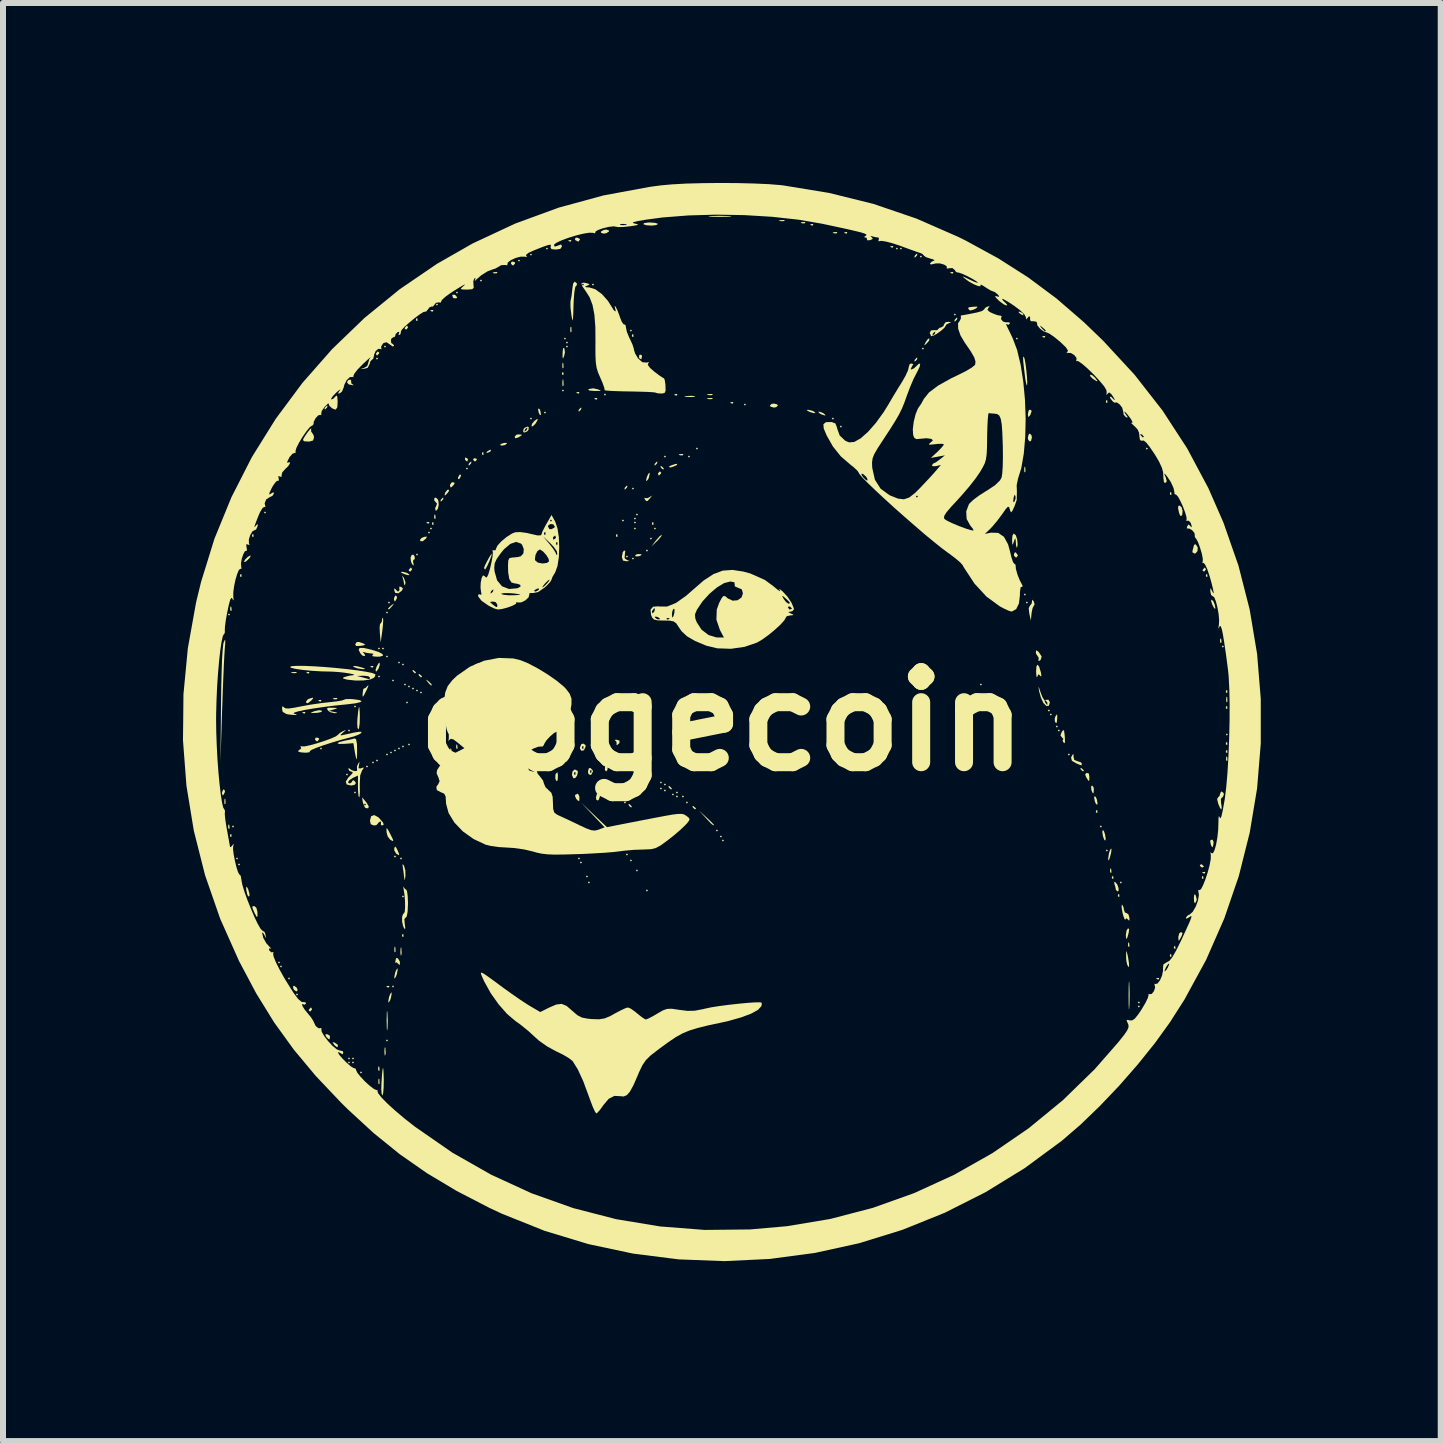
<source format=kicad_pcb>
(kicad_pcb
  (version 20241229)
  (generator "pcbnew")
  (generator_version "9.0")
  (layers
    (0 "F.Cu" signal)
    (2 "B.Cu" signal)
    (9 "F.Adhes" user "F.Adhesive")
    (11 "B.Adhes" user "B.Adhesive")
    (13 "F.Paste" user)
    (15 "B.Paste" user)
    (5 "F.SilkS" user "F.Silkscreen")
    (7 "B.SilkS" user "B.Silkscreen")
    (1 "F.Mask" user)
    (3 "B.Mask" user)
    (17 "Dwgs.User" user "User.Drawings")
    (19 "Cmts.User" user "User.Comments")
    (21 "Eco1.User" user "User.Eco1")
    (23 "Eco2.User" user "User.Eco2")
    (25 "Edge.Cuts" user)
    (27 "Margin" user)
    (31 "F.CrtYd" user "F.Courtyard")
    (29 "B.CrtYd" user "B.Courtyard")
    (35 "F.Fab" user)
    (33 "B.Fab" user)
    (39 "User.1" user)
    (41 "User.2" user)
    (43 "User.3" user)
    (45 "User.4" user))
  (footprint "dogecoin"
    (layer "F.Cu")
    (at 8.984 8.977)
    (property "Reference" "dogecoin" (at 0 0 0) (layer "F.SilkS") (effects (font (size 1.5 1.5) (thickness 0.3))))
    (attr board_only exclude_from_pos_files exclude_from_bom)
    (fp_poly (pts (xy -8.2 -1.783) (xy -8.217 -1.767) (xy -8.233 -1.783) (xy -8.217 -1.8)) (stroke (width 0) (type solid)) (fill yes) (layer "F.SilkS"))
    (fp_poly (pts (xy -8.133 1.75) (xy -8.15 1.767) (xy -8.167 1.75) (xy -8.15 1.733)) (stroke (width 0) (type solid)) (fill yes) (layer "F.SilkS"))
    (fp_poly (pts (xy -8.067 2.283) (xy -8.083 2.3) (xy -8.1 2.283) (xy -8.083 2.267)) (stroke (width 0) (type solid)) (fill yes) (layer "F.SilkS"))
    (fp_poly (pts (xy -8.033 2.383) (xy -8.05 2.4) (xy -8.067 2.383) (xy -8.05 2.367)) (stroke (width 0) (type solid)) (fill yes) (layer "F.SilkS"))
    (fp_poly (pts (xy -7.6 -3.483) (xy -7.617 -3.467) (xy -7.633 -3.483) (xy -7.617 -3.5)) (stroke (width 0) (type solid)) (fill yes) (layer "F.SilkS"))
    (fp_poly (pts (xy -7.367 4.017) (xy -7.383 4.033) (xy -7.4 4.017) (xy -7.383 4)) (stroke (width 0) (type solid)) (fill yes) (layer "F.SilkS"))
    (fp_poly (pts (xy -7.333 4.083) (xy -7.35 4.1) (xy -7.367 4.083) (xy -7.35 4.067)) (stroke (width 0) (type solid)) (fill yes) (layer "F.SilkS"))
    (fp_poly (pts (xy -7.2 4.283) (xy -7.217 4.3) (xy -7.233 4.283) (xy -7.217 4.267)) (stroke (width 0) (type solid)) (fill yes) (layer "F.SilkS"))
    (fp_poly (pts (xy -7.067 4.55) (xy -7.083 4.567) (xy -7.1 4.55) (xy -7.083 4.533)) (stroke (width 0) (type solid)) (fill yes) (layer "F.SilkS"))
    (fp_poly (pts (xy -6.667 0.45) (xy -6.683 0.467) (xy -6.7 0.45) (xy -6.683 0.433)) (stroke (width 0) (type solid)) (fill yes) (layer "F.SilkS"))
    (fp_poly (pts (xy -6.233 0.883) (xy -6.25 0.9) (xy -6.267 0.883) (xy -6.25 0.867)) (stroke (width 0) (type solid)) (fill yes) (layer "F.SilkS"))
    (fp_poly (pts (xy -6.2 0.15) (xy -6.217 0.167) (xy -6.233 0.15) (xy -6.217 0.133)) (stroke (width 0) (type solid)) (fill yes) (layer "F.SilkS"))
    (fp_poly (pts (xy -6.2 5.617) (xy -6.217 5.633) (xy -6.233 5.617) (xy -6.217 5.6)) (stroke (width 0) (type solid)) (fill yes) (layer "F.SilkS"))
    (fp_poly (pts (xy -6.2 5.683) (xy -6.217 5.7) (xy -6.233 5.683) (xy -6.217 5.667)) (stroke (width 0) (type solid)) (fill yes) (layer "F.SilkS"))
    (fp_poly (pts (xy -6.133 5.617) (xy -6.15 5.633) (xy -6.167 5.617) (xy -6.15 5.6)) (stroke (width 0) (type solid)) (fill yes) (layer "F.SilkS"))
    (fp_poly (pts (xy -6.133 5.683) (xy -6.15 5.7) (xy -6.167 5.683) (xy -6.15 5.667)) (stroke (width 0) (type solid)) (fill yes) (layer "F.SilkS"))
    (fp_poly (pts (xy -6.1 -0.25) (xy -6.117 -0.233) (xy -6.133 -0.25) (xy -6.117 -0.267)) (stroke (width 0) (type solid)) (fill yes) (layer "F.SilkS"))
    (fp_poly (pts (xy -6.1 1.183) (xy -6.117 1.2) (xy -6.133 1.183) (xy -6.117 1.167)) (stroke (width 0) (type solid)) (fill yes) (layer "F.SilkS"))
    (fp_poly (pts (xy -6 5.85) (xy -6.017 5.867) (xy -6.033 5.85) (xy -6.017 5.833)) (stroke (width 0) (type solid)) (fill yes) (layer "F.SilkS"))
    (fp_poly (pts (xy -5.9 0.75) (xy -5.917 0.767) (xy -5.933 0.75) (xy -5.917 0.733)) (stroke (width 0) (type solid)) (fill yes) (layer "F.SilkS"))
    (fp_poly (pts (xy -5.8 0.683) (xy -5.817 0.7) (xy -5.833 0.683) (xy -5.817 0.667)) (stroke (width 0) (type solid)) (fill yes) (layer "F.SilkS"))
    (fp_poly (pts (xy -5.733 -6.05) (xy -5.75 -6.033) (xy -5.767 -6.05) (xy -5.75 -6.067)) (stroke (width 0) (type solid)) (fill yes) (layer "F.SilkS"))
    (fp_poly (pts (xy -5.733 0.65) (xy -5.75 0.667) (xy -5.767 0.65) (xy -5.75 0.633)) (stroke (width 0) (type solid)) (fill yes) (layer "F.SilkS"))
    (fp_poly (pts (xy -5.7 -1.217) (xy -5.717 -1.2) (xy -5.733 -1.217) (xy -5.717 -1.233)) (stroke (width 0) (type solid)) (fill yes) (layer "F.SilkS"))
    (fp_poly (pts (xy -5.7 -0.75) (xy -5.717 -0.733) (xy -5.733 -0.75) (xy -5.717 -0.767)) (stroke (width 0) (type solid)) (fill yes) (layer "F.SilkS"))
    (fp_poly (pts (xy -5.633 -1.217) (xy -5.65 -1.2) (xy -5.667 -1.217) (xy -5.65 -1.233)) (stroke (width 0) (type solid)) (fill yes) (layer "F.SilkS"))
    (fp_poly (pts (xy -5.6 -6.25) (xy -5.617 -6.233) (xy -5.633 -6.25) (xy -5.617 -6.267)) (stroke (width 0) (type solid)) (fill yes) (layer "F.SilkS"))
    (fp_poly (pts (xy -5.567 -1.817) (xy -5.583 -1.8) (xy -5.6 -1.817) (xy -5.583 -1.833)) (stroke (width 0) (type solid)) (fill yes) (layer "F.SilkS"))
    (fp_poly (pts (xy -5.567 -1.083) (xy -5.583 -1.067) (xy -5.6 -1.083) (xy -5.583 -1.1)) (stroke (width 0) (type solid)) (fill yes) (layer "F.SilkS"))
    (fp_poly (pts (xy -5.567 0.55) (xy -5.583 0.567) (xy -5.6 0.55) (xy -5.583 0.533)) (stroke (width 0) (type solid)) (fill yes) (layer "F.SilkS"))
    (fp_poly (pts (xy -5.567 5.317) (xy -5.583 5.333) (xy -5.6 5.317) (xy -5.583 5.3)) (stroke (width 0) (type solid)) (fill yes) (layer "F.SilkS"))
    (fp_poly (pts (xy -5.533 -1.983) (xy -5.55 -1.967) (xy -5.567 -1.983) (xy -5.55 -2)) (stroke (width 0) (type solid)) (fill yes) (layer "F.SilkS"))
    (fp_poly (pts (xy -5.5 0.517) (xy -5.517 0.533) (xy -5.533 0.517) (xy -5.517 0.5)) (stroke (width 0) (type solid)) (fill yes) (layer "F.SilkS"))
    (fp_poly (pts (xy -5.467 -0.683) (xy -5.483 -0.667) (xy -5.5 -0.683) (xy -5.483 -0.7)) (stroke (width 0) (type solid)) (fill yes) (layer "F.SilkS"))
    (fp_poly (pts (xy -5.467 4.417) (xy -5.483 4.433) (xy -5.5 4.417) (xy -5.483 4.4)) (stroke (width 0) (type solid)) (fill yes) (layer "F.SilkS"))
    (fp_poly (pts (xy -5.433 0.483) (xy -5.45 0.5) (xy -5.467 0.483) (xy -5.45 0.467)) (stroke (width 0) (type solid)) (fill yes) (layer "F.SilkS"))
    (fp_poly (pts (xy -5.433 2.25) (xy -5.45 2.267) (xy -5.467 2.25) (xy -5.45 2.233)) (stroke (width 0) (type solid)) (fill yes) (layer "F.SilkS"))
    (fp_poly (pts (xy -5.367 -0.983) (xy -5.383 -0.967) (xy -5.4 -0.983) (xy -5.383 -1)) (stroke (width 0) (type solid)) (fill yes) (layer "F.SilkS"))
    (fp_poly (pts (xy -5.367 0.45) (xy -5.383 0.467) (xy -5.4 0.45) (xy -5.383 0.433)) (stroke (width 0) (type solid)) (fill yes) (layer "F.SilkS"))
    (fp_poly (pts (xy -5.333 2.283) (xy -5.35 2.3) (xy -5.367 2.283) (xy -5.35 2.267)) (stroke (width 0) (type solid)) (fill yes) (layer "F.SilkS"))
    (fp_poly (pts (xy -5.3 -0.95) (xy -5.317 -0.933) (xy -5.333 -0.95) (xy -5.317 -0.967)) (stroke (width 0) (type solid)) (fill yes) (layer "F.SilkS"))
    (fp_poly (pts (xy -5.3 0.417) (xy -5.317 0.433) (xy -5.333 0.417) (xy -5.317 0.4)) (stroke (width 0) (type solid)) (fill yes) (layer "F.SilkS"))
    (fp_poly (pts (xy -5.3 2.917) (xy -5.317 2.933) (xy -5.333 2.917) (xy -5.317 2.9)) (stroke (width 0) (type solid)) (fill yes) (layer "F.SilkS"))
    (fp_poly (pts (xy -5.267 -0.617) (xy -5.283 -0.6) (xy -5.3 -0.617) (xy -5.283 -0.633)) (stroke (width 0) (type solid)) (fill yes) (layer "F.SilkS"))
    (fp_poly (pts (xy -5.233 -0.317) (xy -5.25 -0.3) (xy -5.267 -0.317) (xy -5.25 -0.333)) (stroke (width 0) (type solid)) (fill yes) (layer "F.SilkS"))
    (fp_poly (pts (xy -5.2 -0.583) (xy -5.217 -0.567) (xy -5.233 -0.583) (xy -5.217 -0.6)) (stroke (width 0) (type solid)) (fill yes) (layer "F.SilkS"))
    (fp_poly (pts (xy -5.2 0.383) (xy -5.217 0.4) (xy -5.233 0.383) (xy -5.217 0.367)) (stroke (width 0) (type solid)) (fill yes) (layer "F.SilkS"))
    (fp_poly (pts (xy -5.133 -0.55) (xy -5.15 -0.533) (xy -5.167 -0.55) (xy -5.15 -0.567)) (stroke (width 0) (type solid)) (fill yes) (layer "F.SilkS"))
    (fp_poly (pts (xy -5.067 -2.783) (xy -5.083 -2.767) (xy -5.1 -2.783) (xy -5.083 -2.8)) (stroke (width 0) (type solid)) (fill yes) (layer "F.SilkS"))
    (fp_poly (pts (xy -5.067 -0.517) (xy -5.083 -0.5) (xy -5.1 -0.517) (xy -5.083 -0.533)) (stroke (width 0) (type solid)) (fill yes) (layer "F.SilkS"))
    (fp_poly (pts (xy -5 -0.483) (xy -5.017 -0.467) (xy -5.033 -0.483) (xy -5.017 -0.5)) (stroke (width 0) (type solid)) (fill yes) (layer "F.SilkS"))
    (fp_poly (pts (xy -4.867 -3.15) (xy -4.883 -3.133) (xy -4.9 -3.15) (xy -4.883 -3.167)) (stroke (width 0) (type solid)) (fill yes) (layer "F.SilkS"))
    (fp_poly (pts (xy -4.833 -3.217) (xy -4.85 -3.2) (xy -4.867 -3.217) (xy -4.85 -3.233)) (stroke (width 0) (type solid)) (fill yes) (layer "F.SilkS"))
    (fp_poly (pts (xy -4.733 -6.95) (xy -4.75 -6.933) (xy -4.767 -6.95) (xy -4.75 -6.967)) (stroke (width 0) (type solid)) (fill yes) (layer "F.SilkS"))
    (fp_poly (pts (xy -4.4 -7.15) (xy -4.417 -7.133) (xy -4.433 -7.15) (xy -4.417 -7.167)) (stroke (width 0) (type solid)) (fill yes) (layer "F.SilkS"))
    (fp_poly (pts (xy -4.233 -4.217) (xy -4.25 -4.2) (xy -4.267 -4.217) (xy -4.25 -4.233)) (stroke (width 0) (type solid)) (fill yes) (layer "F.SilkS"))
    (fp_poly (pts (xy -4 -7.35) (xy -4.017 -7.333) (xy -4.033 -7.35) (xy -4.017 -7.367)) (stroke (width 0) (type solid)) (fill yes) (layer "F.SilkS"))
    (fp_poly (pts (xy -3.367 -7.683) (xy -3.383 -7.667) (xy -3.4 -7.683) (xy -3.383 -7.7)) (stroke (width 0) (type solid)) (fill yes) (layer "F.SilkS"))
    (fp_poly (pts (xy -3.167 -7.783) (xy -3.183 -7.767) (xy -3.2 -7.783) (xy -3.183 -7.8)) (stroke (width 0) (type solid)) (fill yes) (layer "F.SilkS"))
    (fp_poly (pts (xy -3.167 -5.05) (xy -3.183 -5.033) (xy -3.2 -5.05) (xy -3.183 -5.067)) (stroke (width 0) (type solid)) (fill yes) (layer "F.SilkS"))
    (fp_poly (pts (xy -2.933 -5.15) (xy -2.95 -5.133) (xy -2.967 -5.15) (xy -2.95 -5.167)) (stroke (width 0) (type solid)) (fill yes) (layer "F.SilkS"))
    (fp_poly (pts (xy -2.9 -7.883) (xy -2.917 -7.867) (xy -2.933 -7.883) (xy -2.917 -7.9)) (stroke (width 0) (type solid)) (fill yes) (layer "F.SilkS"))
    (fp_poly (pts (xy -2.633 -5.517) (xy -2.65 -5.5) (xy -2.667 -5.517) (xy -2.65 -5.533)) (stroke (width 0) (type solid)) (fill yes) (layer "F.SilkS"))
    (fp_poly (pts (xy -2.6 -6.383) (xy -2.617 -6.367) (xy -2.633 -6.383) (xy -2.617 -6.4)) (stroke (width 0) (type solid)) (fill yes) (layer "F.SilkS"))
    (fp_poly (pts (xy -2.567 -6.317) (xy -2.583 -6.3) (xy -2.6 -6.317) (xy -2.583 -6.333)) (stroke (width 0) (type solid)) (fill yes) (layer "F.SilkS"))
    (fp_poly (pts (xy -2.567 -6.25) (xy -2.583 -6.233) (xy -2.6 -6.25) (xy -2.583 -6.267)) (stroke (width 0) (type solid)) (fill yes) (layer "F.SilkS"))
    (fp_poly (pts (xy -2.367 2.283) (xy -2.383 2.3) (xy -2.4 2.283) (xy -2.383 2.267)) (stroke (width 0) (type solid)) (fill yes) (layer "F.SilkS"))
    (fp_poly (pts (xy -2.333 2.35) (xy -2.35 2.367) (xy -2.367 2.35) (xy -2.35 2.333)) (stroke (width 0) (type solid)) (fill yes) (layer "F.SilkS"))
    (fp_poly (pts (xy -2.233 2.583) (xy -2.25 2.6) (xy -2.267 2.583) (xy -2.25 2.567)) (stroke (width 0) (type solid)) (fill yes) (layer "F.SilkS"))
    (fp_poly (pts (xy -2.2 2.683) (xy -2.217 2.7) (xy -2.233 2.683) (xy -2.217 2.667)) (stroke (width 0) (type solid)) (fill yes) (layer "F.SilkS"))
    (fp_poly (pts (xy -2.133 -7.283) (xy -2.15 -7.267) (xy -2.167 -7.283) (xy -2.15 -7.3)) (stroke (width 0) (type solid)) (fill yes) (layer "F.SilkS"))
    (fp_poly (pts (xy -1.933 -5.45) (xy -1.95 -5.433) (xy -1.967 -5.45) (xy -1.95 -5.467)) (stroke (width 0) (type solid)) (fill yes) (layer "F.SilkS"))
    (fp_poly (pts (xy -1.833 1.217) (xy -1.85 1.233) (xy -1.867 1.217) (xy -1.85 1.2)) (stroke (width 0) (type solid)) (fill yes) (layer "F.SilkS"))
    (fp_poly (pts (xy -1.633 -3.35) (xy -1.65 -3.333) (xy -1.667 -3.35) (xy -1.65 -3.367)) (stroke (width 0) (type solid)) (fill yes) (layer "F.SilkS"))
    (fp_poly (pts (xy -1.6 1.35) (xy -1.617 1.367) (xy -1.633 1.35) (xy -1.617 1.333)) (stroke (width 0) (type solid)) (fill yes) (layer "F.SilkS"))
    (fp_poly (pts (xy -1.567 -2.75) (xy -1.583 -2.733) (xy -1.6 -2.75) (xy -1.583 -2.767)) (stroke (width 0) (type solid)) (fill yes) (layer "F.SilkS"))
    (fp_poly (pts (xy -1.567 2.217) (xy -1.583 2.233) (xy -1.6 2.217) (xy -1.583 2.2)) (stroke (width 0) (type solid)) (fill yes) (layer "F.SilkS"))
    (fp_poly (pts (xy -1.5 -6.517) (xy -1.517 -6.5) (xy -1.533 -6.517) (xy -1.517 -6.533)) (stroke (width 0) (type solid)) (fill yes) (layer "F.SilkS"))
    (fp_poly (pts (xy -1.5 2.317) (xy -1.517 2.333) (xy -1.533 2.317) (xy -1.517 2.3)) (stroke (width 0) (type solid)) (fill yes) (layer "F.SilkS"))
    (fp_poly (pts (xy -1.467 -3.883) (xy -1.483 -3.867) (xy -1.5 -3.883) (xy -1.483 -3.9)) (stroke (width 0) (type solid)) (fill yes) (layer "F.SilkS"))
    (fp_poly (pts (xy -1.467 -2.717) (xy -1.483 -2.7) (xy -1.5 -2.717) (xy -1.483 -2.733)) (stroke (width 0) (type solid)) (fill yes) (layer "F.SilkS"))
    (fp_poly (pts (xy -1.433 -3.383) (xy -1.45 -3.367) (xy -1.467 -3.383) (xy -1.45 -3.4)) (stroke (width 0) (type solid)) (fill yes) (layer "F.SilkS"))
    (fp_poly (pts (xy -1.433 -3.317) (xy -1.45 -3.3) (xy -1.467 -3.317) (xy -1.45 -3.333)) (stroke (width 0) (type solid)) (fill yes) (layer "F.SilkS"))
    (fp_poly (pts (xy -1.433 -3.217) (xy -1.45 -3.2) (xy -1.467 -3.217) (xy -1.45 -3.233)) (stroke (width 0) (type solid)) (fill yes) (layer "F.SilkS"))
    (fp_poly (pts (xy -1.4 -3.45) (xy -1.417 -3.433) (xy -1.433 -3.45) (xy -1.417 -3.467)) (stroke (width 0) (type solid)) (fill yes) (layer "F.SilkS"))
    (fp_poly (pts (xy -1.4 2.483) (xy -1.417 2.5) (xy -1.433 2.483) (xy -1.417 2.467)) (stroke (width 0) (type solid)) (fill yes) (layer "F.SilkS"))
    (fp_poly (pts (xy -1.333 0.85) (xy -1.35 0.867) (xy -1.367 0.85) (xy -1.35 0.833)) (stroke (width 0) (type solid)) (fill yes) (layer "F.SilkS"))
    (fp_poly (pts (xy -1.233 -2.85) (xy -1.25 -2.833) (xy -1.267 -2.85) (xy -1.25 -2.867)) (stroke (width 0) (type solid)) (fill yes) (layer "F.SilkS"))
    (fp_poly (pts (xy -1.233 2.817) (xy -1.25 2.833) (xy -1.267 2.817) (xy -1.25 2.8)) (stroke (width 0) (type solid)) (fill yes) (layer "F.SilkS"))
    (fp_poly (pts (xy -1.167 -3.05) (xy -1.183 -3.033) (xy -1.2 -3.05) (xy -1.183 -3.067)) (stroke (width 0) (type solid)) (fill yes) (layer "F.SilkS"))
    (fp_poly (pts (xy -1.1 -3.217) (xy -1.117 -3.2) (xy -1.133 -3.217) (xy -1.117 -3.233)) (stroke (width 0) (type solid)) (fill yes) (layer "F.SilkS"))
    (fp_poly (pts (xy -1 1.017) (xy -1.017 1.033) (xy -1.033 1.017) (xy -1.017 1)) (stroke (width 0) (type solid)) (fill yes) (layer "F.SilkS"))
    (fp_poly (pts (xy -1 1.117) (xy -1.017 1.133) (xy -1.033 1.117) (xy -1.017 1.1)) (stroke (width 0) (type solid)) (fill yes) (layer "F.SilkS"))
    (fp_poly (pts (xy -0.933 -4.417) (xy -0.95 -4.4) (xy -0.967 -4.417) (xy -0.95 -4.433)) (stroke (width 0) (type solid)) (fill yes) (layer "F.SilkS"))
    (fp_poly (pts (xy -0.933 1.05) (xy -0.95 1.067) (xy -0.967 1.05) (xy -0.95 1.033)) (stroke (width 0) (type solid)) (fill yes) (layer "F.SilkS"))
    (fp_poly (pts (xy -0.933 1.15) (xy -0.95 1.167) (xy -0.967 1.15) (xy -0.95 1.133)) (stroke (width 0) (type solid)) (fill yes) (layer "F.SilkS"))
    (fp_poly (pts (xy -0.8 1.217) (xy -0.817 1.233) (xy -0.833 1.217) (xy -0.817 1.2)) (stroke (width 0) (type solid)) (fill yes) (layer "F.SilkS"))
    (fp_poly (pts (xy -0.733 1.183) (xy -0.75 1.2) (xy -0.767 1.183) (xy -0.75 1.167)) (stroke (width 0) (type solid)) (fill yes) (layer "F.SilkS"))
    (fp_poly (pts (xy -0.733 1.25) (xy -0.75 1.267) (xy -0.767 1.25) (xy -0.75 1.233)) (stroke (width 0) (type solid)) (fill yes) (layer "F.SilkS"))
    (fp_poly (pts (xy -0.633 1.25) (xy -0.65 1.267) (xy -0.667 1.25) (xy -0.65 1.233)) (stroke (width 0) (type solid)) (fill yes) (layer "F.SilkS"))
    (fp_poly (pts (xy -0.567 1.35) (xy -0.583 1.367) (xy -0.6 1.35) (xy -0.583 1.333)) (stroke (width 0) (type solid)) (fill yes) (layer "F.SilkS"))
    (fp_poly (pts (xy -0.533 -4.417) (xy -0.55 -4.4) (xy -0.567 -4.417) (xy -0.55 -4.433)) (stroke (width 0) (type solid)) (fill yes) (layer "F.SilkS"))
    (fp_poly (pts (xy -0.4 -4.55) (xy -0.417 -4.533) (xy -0.433 -4.55) (xy -0.417 -4.567)) (stroke (width 0) (type solid)) (fill yes) (layer "F.SilkS"))
    (fp_poly (pts (xy -0.067 1.817) (xy -0.083 1.833) (xy -0.1 1.817) (xy -0.083 1.8)) (stroke (width 0) (type solid)) (fill yes) (layer "F.SilkS"))
    (fp_poly (pts (xy 0 1.917) (xy -0.017 1.933) (xy -0.033 1.917) (xy -0.017 1.9)) (stroke (width 0) (type solid)) (fill yes) (layer "F.SilkS"))
    (fp_poly (pts (xy 0.033 1.983) (xy 0.017 2) (xy 0 1.983) (xy 0.017 1.967)) (stroke (width 0) (type solid)) (fill yes) (layer "F.SilkS"))
    (fp_poly (pts (xy 0.4 -5.283) (xy 0.383 -5.267) (xy 0.367 -5.283) (xy 0.383 -5.3)) (stroke (width 0) (type solid)) (fill yes) (layer "F.SilkS"))
    (fp_poly (pts (xy 1.867 -5.05) (xy 1.85 -5.033) (xy 1.833 -5.05) (xy 1.85 -5.067)) (stroke (width 0) (type solid)) (fill yes) (layer "F.SilkS"))
    (fp_poly (pts (xy 2 -4.917) (xy 1.983 -4.9) (xy 1.967 -4.917) (xy 1.983 -4.933)) (stroke (width 0) (type solid)) (fill yes) (layer "F.SilkS"))
    (fp_poly (pts (xy 2.933 -7.883) (xy 2.917 -7.867) (xy 2.9 -7.883) (xy 2.917 -7.9)) (stroke (width 0) (type solid)) (fill yes) (layer "F.SilkS"))
    (fp_poly (pts (xy 3 -7.883) (xy 2.983 -7.867) (xy 2.967 -7.883) (xy 2.983 -7.9)) (stroke (width 0) (type solid)) (fill yes) (layer "F.SilkS"))
    (fp_poly (pts (xy 3.333 -7.75) (xy 3.317 -7.733) (xy 3.3 -7.75) (xy 3.317 -7.767)) (stroke (width 0) (type solid)) (fill yes) (layer "F.SilkS"))
    (fp_poly (pts (xy 3.367 -6.217) (xy 3.35 -6.2) (xy 3.333 -6.217) (xy 3.35 -6.233)) (stroke (width 0) (type solid)) (fill yes) (layer "F.SilkS"))
    (fp_poly (pts (xy 3.9 -6.783) (xy 3.883 -6.767) (xy 3.867 -6.783) (xy 3.883 -6.8)) (stroke (width 0) (type solid)) (fill yes) (layer "F.SilkS"))
    (fp_poly (pts (xy 4.333 -0.617) (xy 4.317 -0.6) (xy 4.3 -0.617) (xy 4.317 -0.633)) (stroke (width 0) (type solid)) (fill yes) (layer "F.SilkS"))
    (fp_poly (pts (xy 4.933 -6.383) (xy 4.917 -6.367) (xy 4.9 -6.383) (xy 4.917 -6.4)) (stroke (width 0) (type solid)) (fill yes) (layer "F.SilkS"))
    (fp_poly (pts (xy 5.067 -2.117) (xy 5.05 -2.1) (xy 5.033 -2.117) (xy 5.05 -2.133)) (stroke (width 0) (type solid)) (fill yes) (layer "F.SilkS"))
    (fp_poly (pts (xy 5.1 -1.983) (xy 5.083 -1.967) (xy 5.067 -1.983) (xy 5.083 -2)) (stroke (width 0) (type solid)) (fill yes) (layer "F.SilkS"))
    (fp_poly (pts (xy 5.467 -0.183) (xy 5.45 -0.167) (xy 5.433 -0.183) (xy 5.45 -0.2)) (stroke (width 0) (type solid)) (fill yes) (layer "F.SilkS"))
    (fp_poly (pts (xy 5.5 -0.117) (xy 5.483 -0.1) (xy 5.467 -0.117) (xy 5.483 -0.133)) (stroke (width 0) (type solid)) (fill yes) (layer "F.SilkS"))
    (fp_poly (pts (xy 5.6 0.083) (xy 5.583 0.1) (xy 5.567 0.083) (xy 5.583 0.067)) (stroke (width 0) (type solid)) (fill yes) (layer "F.SilkS"))
    (fp_poly (pts (xy 5.633 0.15) (xy 5.617 0.167) (xy 5.6 0.15) (xy 5.617 0.133)) (stroke (width 0) (type solid)) (fill yes) (layer "F.SilkS"))
    (fp_poly (pts (xy 5.8 0.55) (xy 5.783 0.567) (xy 5.767 0.55) (xy 5.783 0.533)) (stroke (width 0) (type solid)) (fill yes) (layer "F.SilkS"))
    (fp_poly (pts (xy 6.333 1.75) (xy 6.317 1.767) (xy 6.3 1.75) (xy 6.317 1.733)) (stroke (width 0) (type solid)) (fill yes) (layer "F.SilkS"))
    (fp_poly (pts (xy 6.433 2.15) (xy 6.417 2.167) (xy 6.4 2.15) (xy 6.417 2.133)) (stroke (width 0) (type solid)) (fill yes) (layer "F.SilkS"))
    (fp_poly (pts (xy 6.667 2.683) (xy 6.65 2.7) (xy 6.633 2.683) (xy 6.65 2.667)) (stroke (width 0) (type solid)) (fill yes) (layer "F.SilkS"))
    (fp_poly (pts (xy 6.967 4.683) (xy 6.95 4.7) (xy 6.933 4.683) (xy 6.95 4.667)) (stroke (width 0) (type solid)) (fill yes) (layer "F.SilkS"))
    (fp_poly (pts (xy 6.967 4.75) (xy 6.95 4.767) (xy 6.933 4.75) (xy 6.95 4.733)) (stroke (width 0) (type solid)) (fill yes) (layer "F.SilkS"))
    (fp_poly (pts (xy 7.1 -4.55) (xy 7.083 -4.533) (xy 7.067 -4.55) (xy 7.083 -4.567)) (stroke (width 0) (type solid)) (fill yes) (layer "F.SilkS"))
    (fp_poly (pts (xy 8.367 -1.25) (xy 8.35 -1.233) (xy 8.333 -1.25) (xy 8.35 -1.267)) (stroke (width 0) (type solid)) (fill yes) (layer "F.SilkS"))
    (fp_poly (pts (xy 8.433 0.217) (xy 8.417 0.233) (xy 8.4 0.217) (xy 8.417 0.2)) (stroke (width 0) (type solid)) (fill yes) (layer "F.SilkS"))
    (fp_poly (pts (xy -8.278 1.292) (xy -8.274 1.36) (xy -8.278 1.375) (xy -8.29 1.379) (xy -8.295 1.333) (xy -8.289 1.286)) (stroke (width 0) (type solid)) (fill yes) (layer "F.SilkS"))
    (fp_poly (pts (xy -8.211 1.727) (xy -8.207 1.779) (xy -8.213 1.791) (xy -8.228 1.781) (xy -8.231 1.747) (xy -8.223 1.712)) (stroke (width 0) (type solid)) (fill yes) (layer "F.SilkS"))
    (fp_poly (pts (xy -8.178 1.878) (xy -8.174 1.917) (xy -8.178 1.922) (xy -8.198 1.918) (xy -8.2 1.9) (xy -8.188 1.873)) (stroke (width 0) (type solid)) (fill yes) (layer "F.SilkS"))
    (fp_poly (pts (xy -8.177 -1.906) (xy -8.173 -1.854) (xy -8.18 -1.842) (xy -8.195 -1.852) (xy -8.197 -1.886) (xy -8.189 -1.922)) (stroke (width 0) (type solid)) (fill yes) (layer "F.SilkS"))
    (fp_poly (pts (xy -8.011 -2.456) (xy -8.007 -2.416) (xy -8.011 -2.411) (xy -8.031 -2.416) (xy -8.033 -2.433) (xy -8.021 -2.461)) (stroke (width 0) (type solid)) (fill yes) (layer "F.SilkS"))
    (fp_poly (pts (xy -7.811 -3.122) (xy -7.807 -3.083) (xy -7.811 -3.078) (xy -7.831 -3.082) (xy -7.833 -3.1) (xy -7.821 -3.127)) (stroke (width 0) (type solid)) (fill yes) (layer "F.SilkS"))
    (fp_poly (pts (xy -7.092 -0.822) (xy -7.087 -0.81) (xy -7.133 -0.805) (xy -7.181 -0.811) (xy -7.175 -0.822) (xy -7.107 -0.826)) (stroke (width 0) (type solid)) (fill yes) (layer "F.SilkS"))
    (fp_poly (pts (xy -6.944 -0.156) (xy -6.949 -0.136) (xy -6.967 -0.133) (xy -6.994 -0.146) (xy -6.989 -0.156) (xy -6.949 -0.16)) (stroke (width 0) (type solid)) (fill yes) (layer "F.SilkS"))
    (fp_poly (pts (xy -6.878 -0.822) (xy -6.882 -0.802) (xy -6.9 -0.8) (xy -6.927 -0.812) (xy -6.922 -0.822) (xy -6.883 -0.826)) (stroke (width 0) (type solid)) (fill yes) (layer "F.SilkS"))
    (fp_poly (pts (xy -6.678 -0.356) (xy -6.682 -0.336) (xy -6.7 -0.333) (xy -6.727 -0.346) (xy -6.722 -0.356) (xy -6.683 -0.36)) (stroke (width 0) (type solid)) (fill yes) (layer "F.SilkS"))
    (fp_poly (pts (xy -6.409 -0.387) (xy -6.419 -0.372) (xy -6.453 -0.369) (xy -6.488 -0.377) (xy -6.473 -0.389) (xy -6.421 -0.393)) (stroke (width 0) (type solid)) (fill yes) (layer "F.SilkS"))
    (fp_poly (pts (xy -5.811 -0.922) (xy -5.816 -0.902) (xy -5.833 -0.9) (xy -5.861 -0.912) (xy -5.856 -0.922) (xy -5.816 -0.926)) (stroke (width 0) (type solid)) (fill yes) (layer "F.SilkS"))
    (fp_poly (pts (xy -5.711 5.958) (xy -5.707 6.027) (xy -5.711 6.042) (xy -5.723 6.046) (xy -5.728 6) (xy -5.723 5.953)) (stroke (width 0) (type solid)) (fill yes) (layer "F.SilkS"))
    (fp_poly (pts (xy -5.711 5.76) (xy -5.707 5.813) (xy -5.713 5.824) (xy -5.728 5.814) (xy -5.731 5.781) (xy -5.723 5.745)) (stroke (width 0) (type solid)) (fill yes) (layer "F.SilkS"))
    (fp_poly (pts (xy -5.544 4.411) (xy -5.549 4.431) (xy -5.567 4.433) (xy -5.594 4.421) (xy -5.589 4.411) (xy -5.549 4.407)) (stroke (width 0) (type solid)) (fill yes) (layer "F.SilkS"))
    (fp_poly (pts (xy -5.445 3.758) (xy -5.44 3.827) (xy -5.445 3.842) (xy -5.457 3.846) (xy -5.461 3.8) (xy -5.456 3.753)) (stroke (width 0) (type solid)) (fill yes) (layer "F.SilkS"))
    (fp_poly (pts (xy -5.311 3.544) (xy -5.307 3.584) (xy -5.311 3.589) (xy -5.331 3.584) (xy -5.333 3.567) (xy -5.321 3.539)) (stroke (width 0) (type solid)) (fill yes) (layer "F.SilkS"))
    (fp_poly (pts (xy -5.078 -6.722) (xy -5.074 -6.683) (xy -5.078 -6.678) (xy -5.098 -6.682) (xy -5.1 -6.7) (xy -5.088 -6.727)) (stroke (width 0) (type solid)) (fill yes) (layer "F.SilkS"))
    (fp_poly (pts (xy -4.878 -3.322) (xy -4.882 -3.302) (xy -4.9 -3.3) (xy -4.927 -3.312) (xy -4.922 -3.322) (xy -4.883 -3.326)) (stroke (width 0) (type solid)) (fill yes) (layer "F.SilkS"))
    (fp_poly (pts (xy -4.811 -6.856) (xy -4.816 -6.836) (xy -4.833 -6.833) (xy -4.861 -6.846) (xy -4.856 -6.856) (xy -4.816 -6.86)) (stroke (width 0) (type solid)) (fill yes) (layer "F.SilkS"))
    (fp_poly (pts (xy -4.811 -3.322) (xy -4.807 -3.283) (xy -4.811 -3.278) (xy -4.831 -3.282) (xy -4.833 -3.3) (xy -4.821 -3.327)) (stroke (width 0) (type solid)) (fill yes) (layer "F.SilkS"))
    (fp_poly (pts (xy -4.777 -3.44) (xy -4.773 -3.387) (xy -4.78 -3.376) (xy -4.795 -3.386) (xy -4.797 -3.419) (xy -4.789 -3.455)) (stroke (width 0) (type solid)) (fill yes) (layer "F.SilkS"))
    (fp_poly (pts (xy -4.678 0.344) (xy -4.674 0.384) (xy -4.678 0.389) (xy -4.698 0.384) (xy -4.7 0.367) (xy -4.688 0.339)) (stroke (width 0) (type solid)) (fill yes) (layer "F.SilkS"))
    (fp_poly (pts (xy -4.511 0.46) (xy -4.507 0.513) (xy -4.513 0.524) (xy -4.528 0.514) (xy -4.531 0.481) (xy -4.523 0.445)) (stroke (width 0) (type solid)) (fill yes) (layer "F.SilkS"))
    (fp_poly (pts (xy -4.411 0.394) (xy -4.407 0.446) (xy -4.413 0.458) (xy -4.428 0.448) (xy -4.431 0.414) (xy -4.423 0.378)) (stroke (width 0) (type solid)) (fill yes) (layer "F.SilkS"))
    (fp_poly (pts (xy -3.978 -4.489) (xy -3.974 -4.449) (xy -3.978 -4.444) (xy -3.998 -4.449) (xy -4 -4.467) (xy -3.988 -4.494)) (stroke (width 0) (type solid)) (fill yes) (layer "F.SilkS"))
    (fp_poly (pts (xy -3.742 -7.487) (xy -3.752 -7.472) (xy -3.786 -7.469) (xy -3.822 -7.477) (xy -3.806 -7.489) (xy -3.754 -7.493)) (stroke (width 0) (type solid)) (fill yes) (layer "F.SilkS"))
    (fp_poly (pts (xy -3.078 0.611) (xy -3.082 0.631) (xy -3.1 0.633) (xy -3.127 0.621) (xy -3.122 0.611) (xy -3.083 0.607)) (stroke (width 0) (type solid)) (fill yes) (layer "F.SilkS"))
    (fp_poly (pts (xy -2.645 -5.975) (xy -2.64 -5.907) (xy -2.645 -5.892) (xy -2.657 -5.887) (xy -2.661 -5.933) (xy -2.656 -5.981)) (stroke (width 0) (type solid)) (fill yes) (layer "F.SilkS"))
    (fp_poly (pts (xy -2.644 -5.822) (xy -2.64 -5.783) (xy -2.644 -5.778) (xy -2.664 -5.782) (xy -2.667 -5.8) (xy -2.654 -5.827)) (stroke (width 0) (type solid)) (fill yes) (layer "F.SilkS"))
    (fp_poly (pts (xy -2.511 -6.575) (xy -2.507 -6.507) (xy -2.511 -6.492) (xy -2.523 -6.487) (xy -2.528 -6.533) (xy -2.523 -6.581)) (stroke (width 0) (type solid)) (fill yes) (layer "F.SilkS"))
    (fp_poly (pts (xy -2.511 -8.022) (xy -2.516 -8.002) (xy -2.533 -8) (xy -2.561 -8.012) (xy -2.556 -8.022) (xy -2.516 -8.026)) (stroke (width 0) (type solid)) (fill yes) (layer "F.SilkS"))
    (fp_poly (pts (xy -2.378 -5.489) (xy -2.382 -5.469) (xy -2.4 -5.467) (xy -2.427 -5.479) (xy -2.422 -5.489) (xy -2.383 -5.493)) (stroke (width 0) (type solid)) (fill yes) (layer "F.SilkS"))
    (fp_poly (pts (xy -2.078 -5.389) (xy -2.082 -5.369) (xy -2.1 -5.367) (xy -2.127 -5.379) (xy -2.122 -5.389) (xy -2.083 -5.393)) (stroke (width 0) (type solid)) (fill yes) (layer "F.SilkS"))
    (fp_poly (pts (xy -1.744 -3.122) (xy -1.74 -3.083) (xy -1.744 -3.078) (xy -1.764 -3.082) (xy -1.767 -3.1) (xy -1.754 -3.127)) (stroke (width 0) (type solid)) (fill yes) (layer "F.SilkS"))
    (fp_poly (pts (xy -1.478 -6.456) (xy -1.474 -6.416) (xy -1.478 -6.411) (xy -1.498 -6.416) (xy -1.5 -6.433) (xy -1.488 -6.461)) (stroke (width 0) (type solid)) (fill yes) (layer "F.SilkS"))
    (fp_poly (pts (xy -1.144 -3.322) (xy -1.14 -3.283) (xy -1.144 -3.278) (xy -1.164 -3.282) (xy -1.167 -3.3) (xy -1.154 -3.327)) (stroke (width 0) (type solid)) (fill yes) (layer "F.SilkS"))
    (fp_poly (pts (xy -0.744 -5.456) (xy -0.749 -5.436) (xy -0.767 -5.433) (xy -0.794 -5.446) (xy -0.789 -5.456) (xy -0.749 -5.46)) (stroke (width 0) (type solid)) (fill yes) (layer "F.SilkS"))
    (fp_poly (pts (xy -0.642 -4.453) (xy -0.652 -4.438) (xy -0.686 -4.436) (xy -0.722 -4.444) (xy -0.706 -4.456) (xy -0.654 -4.46)) (stroke (width 0) (type solid)) (fill yes) (layer "F.SilkS"))
    (fp_poly (pts (xy -0.158 -5.455) (xy -0.154 -5.443) (xy -0.2 -5.439) (xy -0.247 -5.444) (xy -0.242 -5.455) (xy -0.173 -5.46)) (stroke (width 0) (type solid)) (fill yes) (layer "F.SilkS"))
    (fp_poly (pts (xy -0.158 -5.389) (xy -0.154 -5.377) (xy -0.2 -5.372) (xy -0.247 -5.377) (xy -0.242 -5.389) (xy -0.173 -5.393)) (stroke (width 0) (type solid)) (fill yes) (layer "F.SilkS"))
    (fp_poly (pts (xy 0.189 -5.322) (xy 0.184 -5.302) (xy 0.167 -5.3) (xy 0.139 -5.312) (xy 0.144 -5.322) (xy 0.184 -5.326)) (stroke (width 0) (type solid)) (fill yes) (layer "F.SilkS"))
    (fp_poly (pts (xy 1.042 -8.355) (xy 1.046 -8.343) (xy 1 -8.339) (xy 0.953 -8.344) (xy 0.958 -8.355) (xy 1.027 -8.36)) (stroke (width 0) (type solid)) (fill yes) (layer "F.SilkS"))
    (fp_poly (pts (xy 1.391 -8.32) (xy 1.381 -8.305) (xy 1.347 -8.303) (xy 1.312 -8.311) (xy 1.327 -8.323) (xy 1.379 -8.327)) (stroke (width 0) (type solid)) (fill yes) (layer "F.SilkS"))
    (fp_poly (pts (xy 1.522 -8.289) (xy 1.518 -8.269) (xy 1.5 -8.267) (xy 1.473 -8.279) (xy 1.478 -8.289) (xy 1.517 -8.293)) (stroke (width 0) (type solid)) (fill yes) (layer "F.SilkS"))
    (fp_poly (pts (xy 1.924 -8.153) (xy 1.914 -8.138) (xy 1.881 -8.136) (xy 1.845 -8.144) (xy 1.86 -8.156) (xy 1.913 -8.16)) (stroke (width 0) (type solid)) (fill yes) (layer "F.SilkS"))
    (fp_poly (pts (xy 2.089 -8.156) (xy 2.084 -8.136) (xy 2.067 -8.133) (xy 2.039 -8.146) (xy 2.044 -8.156) (xy 2.084 -8.16)) (stroke (width 0) (type solid)) (fill yes) (layer "F.SilkS"))
    (fp_poly (pts (xy 2.856 -7.922) (xy 2.851 -7.902) (xy 2.833 -7.9) (xy 2.806 -7.912) (xy 2.811 -7.922) (xy 2.851 -7.926)) (stroke (width 0) (type solid)) (fill yes) (layer "F.SilkS"))
    (fp_poly (pts (xy 3.856 -7.489) (xy 3.851 -7.469) (xy 3.833 -7.467) (xy 3.806 -7.479) (xy 3.811 -7.489) (xy 3.851 -7.493)) (stroke (width 0) (type solid)) (fill yes) (layer "F.SilkS"))
    (fp_poly (pts (xy 5.055 -4.242) (xy 5.06 -4.173) (xy 5.055 -4.158) (xy 5.043 -4.154) (xy 5.039 -4.2) (xy 5.044 -4.247)) (stroke (width 0) (type solid)) (fill yes) (layer "F.SilkS"))
    (fp_poly (pts (xy 5.389 -6.422) (xy 5.384 -6.402) (xy 5.367 -6.4) (xy 5.339 -6.412) (xy 5.344 -6.422) (xy 5.384 -6.426)) (stroke (width 0) (type solid)) (fill yes) (layer "F.SilkS"))
    (fp_poly (pts (xy 6.256 1.478) (xy 6.26 1.517) (xy 6.256 1.522) (xy 6.236 1.518) (xy 6.233 1.5) (xy 6.246 1.473)) (stroke (width 0) (type solid)) (fill yes) (layer "F.SilkS"))
    (fp_poly (pts (xy 6.422 -5.356) (xy 6.426 -5.316) (xy 6.422 -5.311) (xy 6.402 -5.316) (xy 6.4 -5.333) (xy 6.412 -5.361)) (stroke (width 0) (type solid)) (fill yes) (layer "F.SilkS"))
    (fp_poly (pts (xy 6.489 2.46) (xy 6.493 2.513) (xy 6.487 2.524) (xy 6.472 2.514) (xy 6.469 2.481) (xy 6.477 2.445)) (stroke (width 0) (type solid)) (fill yes) (layer "F.SilkS"))
    (fp_poly (pts (xy 6.522 2.578) (xy 6.526 2.617) (xy 6.522 2.622) (xy 6.502 2.618) (xy 6.5 2.6) (xy 6.512 2.573)) (stroke (width 0) (type solid)) (fill yes) (layer "F.SilkS"))
    (fp_poly (pts (xy 6.622 2.878) (xy 6.626 2.917) (xy 6.622 2.922) (xy 6.602 2.918) (xy 6.6 2.9) (xy 6.612 2.873)) (stroke (width 0) (type solid)) (fill yes) (layer "F.SilkS"))
    (fp_poly (pts (xy 6.789 3.694) (xy 6.793 3.746) (xy 6.787 3.758) (xy 6.772 3.748) (xy 6.769 3.714) (xy 6.777 3.678)) (stroke (width 0) (type solid)) (fill yes) (layer "F.SilkS"))
    (fp_poly (pts (xy 7.289 4.278) (xy 7.284 4.298) (xy 7.267 4.3) (xy 7.239 4.288) (xy 7.244 4.278) (xy 7.284 4.274)) (stroke (width 0) (type solid)) (fill yes) (layer "F.SilkS"))
    (fp_poly (pts (xy 7.489 -3.822) (xy 7.493 -3.783) (xy 7.489 -3.778) (xy 7.469 -3.782) (xy 7.467 -3.8) (xy 7.479 -3.827)) (stroke (width 0) (type solid)) (fill yes) (layer "F.SilkS"))
    (fp_poly (pts (xy 7.489 3.878) (xy 7.493 3.917) (xy 7.489 3.922) (xy 7.469 3.918) (xy 7.467 3.9) (xy 7.479 3.873)) (stroke (width 0) (type solid)) (fill yes) (layer "F.SilkS"))
    (fp_poly (pts (xy 7.556 3.744) (xy 7.56 3.784) (xy 7.556 3.789) (xy 7.536 3.784) (xy 7.533 3.767) (xy 7.546 3.739)) (stroke (width 0) (type solid)) (fill yes) (layer "F.SilkS"))
    (fp_poly (pts (xy 8.022 2.578) (xy 8.026 2.617) (xy 8.022 2.622) (xy 8.002 2.618) (xy 8 2.6) (xy 8.012 2.573)) (stroke (width 0) (type solid)) (fill yes) (layer "F.SilkS"))
    (fp_poly (pts (xy 8.056 2.511) (xy 8.051 2.531) (xy 8.033 2.533) (xy 8.006 2.521) (xy 8.011 2.511) (xy 8.051 2.507)) (stroke (width 0) (type solid)) (fill yes) (layer "F.SilkS"))
    (fp_poly (pts (xy 8.089 -2.456) (xy 8.093 -2.416) (xy 8.089 -2.411) (xy 8.069 -2.416) (xy 8.067 -2.433) (xy 8.079 -2.461)) (stroke (width 0) (type solid)) (fill yes) (layer "F.SilkS"))
    (fp_poly (pts (xy 8.323 -1.373) (xy 8.327 -1.321) (xy 8.32 -1.309) (xy 8.305 -1.319) (xy 8.303 -1.353) (xy 8.311 -1.388)) (stroke (width 0) (type solid)) (fill yes) (layer "F.SilkS"))
    (fp_poly (pts (xy 8.422 -0.408) (xy 8.426 -0.34) (xy 8.422 -0.325) (xy 8.41 -0.321) (xy 8.405 -0.367) (xy 8.411 -0.414)) (stroke (width 0) (type solid)) (fill yes) (layer "F.SilkS"))
    (fp_poly (pts (xy 8.422 -0.522) (xy 8.426 -0.483) (xy 8.422 -0.478) (xy 8.402 -0.482) (xy 8.4 -0.5) (xy 8.412 -0.527)) (stroke (width 0) (type solid)) (fill yes) (layer "F.SilkS"))
    (fp_poly (pts (xy 8.422 -0.256) (xy 8.426 -0.216) (xy 8.422 -0.211) (xy 8.402 -0.216) (xy 8.4 -0.233) (xy 8.412 -0.261)) (stroke (width 0) (type solid)) (fill yes) (layer "F.SilkS"))
    (fp_poly (pts (xy 8.422 0.344) (xy 8.426 0.384) (xy 8.422 0.389) (xy 8.402 0.384) (xy 8.4 0.367) (xy 8.412 0.339)) (stroke (width 0) (type solid)) (fill yes) (layer "F.SilkS"))
    (fp_poly (pts (xy 8.422 0.478) (xy 8.426 0.517) (xy 8.422 0.522) (xy 8.402 0.518) (xy 8.4 0.5) (xy 8.412 0.473)) (stroke (width 0) (type solid)) (fill yes) (layer "F.SilkS"))
    (fp_poly (pts (xy 8.423 0.594) (xy 8.427 0.646) (xy 8.42 0.658) (xy 8.405 0.648) (xy 8.403 0.614) (xy 8.411 0.578)) (stroke (width 0) (type solid)) (fill yes) (layer "F.SilkS"))
    (fp_poly (pts (xy -5.138 -0.853) (xy -5.103 -0.822) (xy -5.1 -0.815) (xy -5.116 -0.801) (xy -5.149 -0.832) (xy -5.153 -0.838) (xy -5.157 -0.861)) (stroke (width 0) (type solid)) (fill yes) (layer "F.SilkS"))
    (fp_poly (pts (xy -5.038 -0.787) (xy -5.003 -0.756) (xy -5 -0.748) (xy -5.016 -0.734) (xy -5.049 -0.765) (xy -5.053 -0.772) (xy -5.057 -0.795)) (stroke (width 0) (type solid)) (fill yes) (layer "F.SilkS"))
    (fp_poly (pts (xy -4.437 -7.102) (xy -4.413 -7.069) (xy -4.427 -7.054) (xy -4.473 -7.056) (xy -4.484 -7.068) (xy -4.496 -7.112) (xy -4.461 -7.115)) (stroke (width 0) (type solid)) (fill yes) (layer "F.SilkS"))
    (fp_poly (pts (xy -4.348 -4.111) (xy -4.354 -4.085) (xy -4.381 -4.038) (xy -4.398 -4.046) (xy -4.4 -4.065) (xy -4.376 -4.11) (xy -4.367 -4.116)) (stroke (width 0) (type solid)) (fill yes) (layer "F.SilkS"))
    (fp_poly (pts (xy -3.849 -4.527) (xy -3.859 -4.502) (xy -3.89 -4.485) (xy -3.929 -4.475) (xy -3.913 -4.5) (xy -3.909 -4.504) (xy -3.865 -4.53)) (stroke (width 0) (type solid)) (fill yes) (layer "F.SilkS"))
    (fp_poly (pts (xy -3.038 -5.206) (xy -3.024 -5.168) (xy -3.017 -5.11) (xy -3.033 -5.108) (xy -3.055 -5.151) (xy -3.064 -5.205) (xy -3.058 -5.219)) (stroke (width 0) (type solid)) (fill yes) (layer "F.SilkS"))
    (fp_poly (pts (xy -2.017 0.411) (xy -2.031 0.463) (xy -2.062 0.489) (xy -2.083 0.467) (xy -2.086 0.411) (xy -2.074 0.394) (xy -2.036 0.38)) (stroke (width 0) (type solid)) (fill yes) (layer "F.SilkS"))
    (fp_poly (pts (xy -1.538 1.38) (xy -1.503 1.414) (xy -1.51 1.433) (xy -1.515 1.433) (xy -1.543 1.41) (xy -1.553 1.395) (xy -1.557 1.372)) (stroke (width 0) (type solid)) (fill yes) (layer "F.SilkS"))
    (fp_poly (pts (xy -1.341 -2.789) (xy -1.347 -2.771) (xy -1.382 -2.755) (xy -1.434 -2.752) (xy -1.447 -2.761) (xy -1.432 -2.783) (xy -1.398 -2.791)) (stroke (width 0) (type solid)) (fill yes) (layer "F.SilkS"))
    (fp_poly (pts (xy -1.338 -6.109) (xy -1.333 -6.085) (xy -1.344 -6.037) (xy -1.373 -6.052) (xy -1.382 -6.064) (xy -1.378 -6.107) (xy -1.367 -6.116)) (stroke (width 0) (type solid)) (fill yes) (layer "F.SilkS"))
    (fp_poly (pts (xy -1.005 -4.253) (xy -0.969 -4.22) (xy -0.977 -4.2) (xy -0.981 -4.2) (xy -1.01 -4.224) (xy -1.02 -4.238) (xy -1.024 -4.261)) (stroke (width 0) (type solid)) (fill yes) (layer "F.SilkS"))
    (fp_poly (pts (xy -0.872 1.08) (xy -0.836 1.114) (xy -0.843 1.133) (xy -0.848 1.133) (xy -0.876 1.11) (xy -0.887 1.095) (xy -0.89 1.072)) (stroke (width 0) (type solid)) (fill yes) (layer "F.SilkS"))
    (fp_poly (pts (xy -0.472 1.413) (xy -0.436 1.444) (xy -0.433 1.452) (xy -0.449 1.466) (xy -0.482 1.435) (xy -0.487 1.428) (xy -0.49 1.405)) (stroke (width 0) (type solid)) (fill yes) (layer "F.SilkS"))
    (fp_poly (pts (xy 3.454 -6.35) (xy 3.419 -6.308) (xy 3.378 -6.27) (xy 3.377 -6.283) (xy 3.399 -6.328) (xy 3.435 -6.378) (xy 3.459 -6.385)) (stroke (width 0) (type solid)) (fill yes) (layer "F.SilkS"))
    (fp_poly (pts (xy 5.01 -6.809) (xy 5.017 -6.8) (xy 5.028 -6.77) (xy 4.997 -6.781) (xy 4.967 -6.8) (xy 4.941 -6.827) (xy 4.956 -6.833)) (stroke (width 0) (type solid)) (fill yes) (layer "F.SilkS"))
    (fp_poly (pts (xy 5.995 0.78) (xy 6.03 0.811) (xy 6.033 0.819) (xy 6.018 0.832) (xy 5.985 0.802) (xy 5.98 0.795) (xy 5.976 0.772)) (stroke (width 0) (type solid)) (fill yes) (layer "F.SilkS"))
    (fp_poly (pts (xy -8.283 1.158) (xy -8.288 1.183) (xy -8.312 1.227) (xy -8.32 1.233) (xy -8.332 1.206) (xy -8.333 1.183) (xy -8.316 1.139) (xy -8.301 1.133)) (stroke (width 0) (type solid)) (fill yes) (layer "F.SilkS"))
    (fp_poly (pts (xy -7.855 -2.763) (xy -7.868 -2.733) (xy -7.906 -2.692) (xy -7.95 -2.658) (xy -7.967 -2.663) (xy -7.947 -2.701) (xy -7.904 -2.743) (xy -7.865 -2.766)) (stroke (width 0) (type solid)) (fill yes) (layer "F.SilkS"))
    (fp_poly (pts (xy -7.087 4.438) (xy -7.072 4.478) (xy -7.091 4.5) (xy -7.094 4.5) (xy -7.132 4.473) (xy -7.146 4.447) (xy -7.147 4.408) (xy -7.127 4.408)) (stroke (width 0) (type solid)) (fill yes) (layer "F.SilkS"))
    (fp_poly (pts (xy -6.834 4.792) (xy -6.833 4.8) (xy -6.859 4.832) (xy -6.869 4.833) (xy -6.889 4.813) (xy -6.883 4.8) (xy -6.853 4.768) (xy -6.848 4.767)) (stroke (width 0) (type solid)) (fill yes) (layer "F.SilkS"))
    (fp_poly (pts (xy -6.815 -0.384) (xy -6.845 -0.35) (xy -6.904 -0.304) (xy -6.932 -0.315) (xy -6.933 -0.33) (xy -6.907 -0.366) (xy -6.881 -0.38) (xy -6.82 -0.398)) (stroke (width 0) (type solid)) (fill yes) (layer "F.SilkS"))
    (fp_poly (pts (xy -6.714 0.282) (xy -6.717 0.3) (xy -6.745 0.332) (xy -6.75 0.333) (xy -6.777 0.31) (xy -6.783 0.3) (xy -6.775 0.272) (xy -6.75 0.267)) (stroke (width 0) (type solid)) (fill yes) (layer "F.SilkS"))
    (fp_poly (pts (xy -6.577 -5.245) (xy -6.583 -5.233) (xy -6.615 -5.202) (xy -6.621 -5.2) (xy -6.623 -5.222) (xy -6.617 -5.233) (xy -6.585 -5.265) (xy -6.579 -5.267)) (stroke (width 0) (type solid)) (fill yes) (layer "F.SilkS"))
    (fp_poly (pts (xy -6.539 5.235) (xy -6.533 5.256) (xy -6.541 5.296) (xy -6.546 5.3) (xy -6.575 5.278) (xy -6.595 5.256) (xy -6.613 5.219) (xy -6.583 5.211)) (stroke (width 0) (type solid)) (fill yes) (layer "F.SilkS"))
    (fp_poly (pts (xy -6.465 5.349) (xy -6.455 5.353) (xy -6.408 5.385) (xy -6.4 5.404) (xy -6.412 5.432) (xy -6.45 5.403) (xy -6.467 5.383) (xy -6.492 5.346)) (stroke (width 0) (type solid)) (fill yes) (layer "F.SilkS"))
    (fp_poly (pts (xy -5.711 -6.146) (xy -5.717 -6.133) (xy -5.747 -6.102) (xy -5.752 -6.1) (xy -5.766 -6.126) (xy -5.767 -6.133) (xy -5.741 -6.165) (xy -5.731 -6.167)) (stroke (width 0) (type solid)) (fill yes) (layer "F.SilkS"))
    (fp_poly (pts (xy -5.704 -0.944) (xy -5.724 -0.884) (xy -5.754 -0.839) (xy -5.766 -0.833) (xy -5.774 -0.859) (xy -5.756 -0.914) (xy -5.724 -0.97) (xy -5.706 -0.983)) (stroke (width 0) (type solid)) (fill yes) (layer "F.SilkS"))
    (fp_poly (pts (xy -5.61 5.442) (xy -5.605 5.526) (xy -5.61 5.558) (xy -5.62 5.569) (xy -5.625 5.523) (xy -5.626 5.5) (xy -5.622 5.439) (xy -5.613 5.432)) (stroke (width 0) (type solid)) (fill yes) (layer "F.SilkS"))
    (fp_poly (pts (xy -5.505 4.533) (xy -5.517 4.605) (xy -5.533 4.65) (xy -5.555 4.686) (xy -5.562 4.667) (xy -5.549 4.595) (xy -5.533 4.55) (xy -5.511 4.514)) (stroke (width 0) (type solid)) (fill yes) (layer "F.SilkS"))
    (fp_poly (pts (xy -5.477 -1.949) (xy -5.496 -1.925) (xy -5.544 -1.873) (xy -5.566 -1.873) (xy -5.567 -1.879) (xy -5.544 -1.907) (xy -5.508 -1.938) (xy -5.469 -1.966)) (stroke (width 0) (type solid)) (fill yes) (layer "F.SilkS"))
    (fp_poly (pts (xy -5.416 -2.076) (xy -5.421 -2.05) (xy -5.445 -2.006) (xy -5.454 -2) (xy -5.465 -2.027) (xy -5.467 -2.05) (xy -5.449 -2.094) (xy -5.434 -2.1)) (stroke (width 0) (type solid)) (fill yes) (layer "F.SilkS"))
    (fp_poly (pts (xy -5.405 4.133) (xy -5.417 4.205) (xy -5.433 4.25) (xy -5.455 4.286) (xy -5.462 4.267) (xy -5.449 4.195) (xy -5.433 4.15) (xy -5.411 4.114)) (stroke (width 0) (type solid)) (fill yes) (layer "F.SilkS"))
    (fp_poly (pts (xy -5.344 3.775) (xy -5.339 3.86) (xy -5.344 3.892) (xy -5.353 3.902) (xy -5.359 3.856) (xy -5.359 3.833) (xy -5.355 3.773) (xy -5.347 3.766)) (stroke (width 0) (type solid)) (fill yes) (layer "F.SilkS"))
    (fp_poly (pts (xy -5.262 -2.481) (xy -5.233 -2.467) (xy -5.207 -2.442) (xy -5.231 -2.439) (xy -5.293 -2.457) (xy -5.317 -2.467) (xy -5.354 -2.489) (xy -5.333 -2.497)) (stroke (width 0) (type solid)) (fill yes) (layer "F.SilkS"))
    (fp_poly (pts (xy -5.234 -6.574) (xy -5.233 -6.567) (xy -5.259 -6.535) (xy -5.269 -6.533) (xy -5.289 -6.554) (xy -5.283 -6.567) (xy -5.253 -6.598) (xy -5.248 -6.6)) (stroke (width 0) (type solid)) (fill yes) (layer "F.SilkS"))
    (fp_poly (pts (xy -5.167 -2.541) (xy -5.167 -2.533) (xy -5.192 -2.501) (xy -5.202 -2.5) (xy -5.222 -2.52) (xy -5.217 -2.533) (xy -5.187 -2.565) (xy -5.181 -2.567)) (stroke (width 0) (type solid)) (fill yes) (layer "F.SilkS"))
    (fp_poly (pts (xy -4.927 -3.058) (xy -4.936 -3.047) (xy -4.986 -3.006) (xy -5.025 -3.006) (xy -5.033 -3.029) (xy -5.006 -3.06) (xy -4.965 -3.077) (xy -4.919 -3.083)) (stroke (width 0) (type solid)) (fill yes) (layer "F.SilkS"))
    (fp_poly (pts (xy -4.916 -0.69) (xy -4.892 -0.671) (xy -4.84 -0.622) (xy -4.84 -0.601) (xy -4.846 -0.6) (xy -4.874 -0.623) (xy -4.904 -0.658) (xy -4.933 -0.698)) (stroke (width 0) (type solid)) (fill yes) (layer "F.SilkS"))
    (fp_poly (pts (xy -4.644 -3.712) (xy -4.65 -3.7) (xy -4.681 -3.668) (xy -4.687 -3.667) (xy -4.69 -3.688) (xy -4.683 -3.7) (xy -4.652 -3.732) (xy -4.646 -3.733)) (stroke (width 0) (type solid)) (fill yes) (layer "F.SilkS"))
    (fp_poly (pts (xy -4.548 -3.847) (xy -4.567 -3.817) (xy -4.606 -3.775) (xy -4.62 -3.767) (xy -4.62 -3.792) (xy -4.612 -3.817) (xy -4.577 -3.861) (xy -4.559 -3.867)) (stroke (width 0) (type solid)) (fill yes) (layer "F.SilkS"))
    (fp_poly (pts (xy -4.453 -3.978) (xy -4.471 -3.944) (xy -4.509 -3.906) (xy -4.521 -3.9) (xy -4.532 -3.927) (xy -4.533 -3.944) (xy -4.507 -3.984) (xy -4.484 -3.989)) (stroke (width 0) (type solid)) (fill yes) (layer "F.SilkS"))
    (fp_poly (pts (xy -4.235 -4.376) (xy -4.233 -4.367) (xy -4.245 -4.334) (xy -4.248 -4.333) (xy -4.276 -4.357) (xy -4.283 -4.367) (xy -4.281 -4.397) (xy -4.269 -4.4)) (stroke (width 0) (type solid)) (fill yes) (layer "F.SilkS"))
    (fp_poly (pts (xy -4.177 -4.312) (xy -4.183 -4.3) (xy -4.215 -4.268) (xy -4.221 -4.267) (xy -4.223 -4.288) (xy -4.217 -4.3) (xy -4.185 -4.332) (xy -4.179 -4.333)) (stroke (width 0) (type solid)) (fill yes) (layer "F.SilkS"))
    (fp_poly (pts (xy -4.084 -4.374) (xy -4.087 -4.361) (xy -4.114 -4.334) (xy -4.117 -4.333) (xy -4.143 -4.356) (xy -4.147 -4.361) (xy -4.137 -4.386) (xy -4.117 -4.389)) (stroke (width 0) (type solid)) (fill yes) (layer "F.SilkS"))
    (fp_poly (pts (xy -3.585 -4.63) (xy -3.622 -4.607) (xy -3.672 -4.599) (xy -3.7 -4.611) (xy -3.7 -4.613) (xy -3.673 -4.63) (xy -3.633 -4.643) (xy -3.588 -4.645)) (stroke (width 0) (type solid)) (fill yes) (layer "F.SilkS"))
    (fp_poly (pts (xy -3.447 -7.651) (xy -3.45 -7.633) (xy -3.479 -7.602) (xy -3.483 -7.6) (xy -3.51 -7.623) (xy -3.517 -7.633) (xy -3.509 -7.662) (xy -3.483 -7.667)) (stroke (width 0) (type solid)) (fill yes) (layer "F.SilkS"))
    (fp_poly (pts (xy -3.343 -4.782) (xy -3.333 -4.777) (xy -3.358 -4.757) (xy -3.394 -4.736) (xy -3.444 -4.721) (xy -3.456 -4.745) (xy -3.428 -4.779) (xy -3.394 -4.786)) (stroke (width 0) (type solid)) (fill yes) (layer "F.SilkS"))
    (fp_poly (pts (xy -3.07 -5.031) (xy -3.1 -4.977) (xy -3.115 -4.956) (xy -3.155 -4.92) (xy -3.175 -4.923) (xy -3.165 -4.963) (xy -3.128 -5.008) (xy -3.08 -5.044)) (stroke (width 0) (type solid)) (fill yes) (layer "F.SilkS"))
    (fp_poly (pts (xy -2.807 0.594) (xy -2.8 0.631) (xy -2.814 0.687) (xy -2.833 0.7) (xy -2.863 0.673) (xy -2.867 0.652) (xy -2.846 0.595) (xy -2.833 0.583)) (stroke (width 0) (type solid)) (fill yes) (layer "F.SilkS"))
    (fp_poly (pts (xy -2.734 0.89) (xy -2.734 0.908) (xy -2.739 0.983) (xy -2.756 0.995) (xy -2.777 0.955) (xy -2.776 0.89) (xy -2.764 0.864) (xy -2.743 0.846)) (stroke (width 0) (type solid)) (fill yes) (layer "F.SilkS"))
    (fp_poly (pts (xy -2.645 -5.697) (xy -2.644 -5.691) (xy -2.639 -5.618) (xy -2.645 -5.591) (xy -2.656 -5.59) (xy -2.66 -5.642) (xy -2.66 -5.65) (xy -2.655 -5.702)) (stroke (width 0) (type solid)) (fill yes) (layer "F.SilkS"))
    (fp_poly (pts (xy -2.378 1.245) (xy -2.376 1.267) (xy -2.377 1.324) (xy -2.4 1.32) (xy -2.429 1.289) (xy -2.45 1.24) (xy -2.444 1.222) (xy -2.401 1.202)) (stroke (width 0) (type solid)) (fill yes) (layer "F.SilkS"))
    (fp_poly (pts (xy -2.373 -8.049) (xy -2.367 -8.033) (xy -2.391 -8.001) (xy -2.398 -8) (xy -2.443 -8.024) (xy -2.45 -8.033) (xy -2.442 -8.062) (xy -2.419 -8.067)) (stroke (width 0) (type solid)) (fill yes) (layer "F.SilkS"))
    (fp_poly (pts (xy -2.344 -5.212) (xy -2.35 -5.2) (xy -2.381 -5.168) (xy -2.387 -5.167) (xy -2.39 -5.188) (xy -2.383 -5.2) (xy -2.352 -5.232) (xy -2.346 -5.233)) (stroke (width 0) (type solid)) (fill yes) (layer "F.SilkS"))
    (fp_poly (pts (xy -2.037 1.227) (xy -2.033 1.248) (xy -2.054 1.305) (xy -2.067 1.317) (xy -2.093 1.306) (xy -2.1 1.269) (xy -2.086 1.213) (xy -2.067 1.2)) (stroke (width 0) (type solid)) (fill yes) (layer "F.SilkS"))
    (fp_poly (pts (xy -1.9 0.727) (xy -1.9 0.744) (xy -1.91 0.81) (xy -1.931 0.833) (xy -1.951 0.806) (xy -1.949 0.762) (xy -1.929 0.69) (xy -1.91 0.678)) (stroke (width 0) (type solid)) (fill yes) (layer "F.SilkS"))
    (fp_poly (pts (xy -1.885 -8.187) (xy -1.883 -8.167) (xy -1.93 -8.139) (xy -1.971 -8.133) (xy -2.015 -8.146) (xy -2.017 -8.167) (xy -1.97 -8.194) (xy -1.929 -8.2)) (stroke (width 0) (type solid)) (fill yes) (layer "F.SilkS"))
    (fp_poly (pts (xy -1.77 1.094) (xy -1.767 1.117) (xy -1.785 1.161) (xy -1.8 1.167) (xy -1.83 1.14) (xy -1.833 1.117) (xy -1.815 1.072) (xy -1.8 1.067)) (stroke (width 0) (type solid)) (fill yes) (layer "F.SilkS"))
    (fp_poly (pts (xy -1.577 -3.912) (xy -1.583 -3.9) (xy -1.615 -3.868) (xy -1.621 -3.867) (xy -1.623 -3.888) (xy -1.617 -3.9) (xy -1.585 -3.932) (xy -1.579 -3.933)) (stroke (width 0) (type solid)) (fill yes) (layer "F.SilkS"))
    (fp_poly (pts (xy -1.203 -4.133) (xy -1.219 -4.062) (xy -1.233 -4.033) (xy -1.259 -4.007) (xy -1.264 -4.017) (xy -1.253 -4.071) (xy -1.231 -4.121) (xy -1.211 -4.147)) (stroke (width 0) (type solid)) (fill yes) (layer "F.SilkS"))
    (fp_poly (pts (xy -1.077 -4.312) (xy -1.083 -4.3) (xy -1.115 -4.268) (xy -1.121 -4.267) (xy -1.123 -4.288) (xy -1.117 -4.3) (xy -1.085 -4.332) (xy -1.079 -4.333)) (stroke (width 0) (type solid)) (fill yes) (layer "F.SilkS"))
    (fp_poly (pts (xy -1.011 -4.146) (xy -1.017 -4.133) (xy -1.047 -4.102) (xy -1.052 -4.1) (xy -1.066 -4.126) (xy -1.067 -4.133) (xy -1.041 -4.165) (xy -1.031 -4.167)) (stroke (width 0) (type solid)) (fill yes) (layer "F.SilkS"))
    (fp_poly (pts (xy -1.002 -3.111) (xy -1.014 -3.083) (xy -1.062 -3.027) (xy -1.082 -3.007) (xy -1.178 -2.917) (xy -1.097 -3.021) (xy -1.043 -3.083) (xy -1.007 -3.112)) (stroke (width 0) (type solid)) (fill yes) (layer "F.SilkS"))
    (fp_poly (pts (xy -0.753 -4.276) (xy -0.767 -4.267) (xy -0.838 -4.239) (xy -0.867 -4.236) (xy -0.887 -4.246) (xy -0.85 -4.267) (xy -0.779 -4.292) (xy -0.743 -4.295)) (stroke (width 0) (type solid)) (fill yes) (layer "F.SilkS"))
    (fp_poly (pts (xy -0.458 -5.424) (xy -0.443 -5.415) (xy -0.484 -5.41) (xy -0.533 -5.409) (xy -0.605 -5.412) (xy -0.625 -5.418) (xy -0.608 -5.424) (xy -0.511 -5.429)) (stroke (width 0) (type solid)) (fill yes) (layer "F.SilkS"))
    (fp_poly (pts (xy 0.921 -5.286) (xy 0.933 -5.267) (xy 0.905 -5.24) (xy 0.867 -5.233) (xy 0.813 -5.247) (xy 0.8 -5.267) (xy 0.828 -5.294) (xy 0.867 -5.3)) (stroke (width 0) (type solid)) (fill yes) (layer "F.SilkS"))
    (fp_poly (pts (xy 1.504 -5.181) (xy 1.533 -5.167) (xy 1.56 -5.142) (xy 1.535 -5.139) (xy 1.473 -5.157) (xy 1.45 -5.167) (xy 1.412 -5.189) (xy 1.433 -5.197)) (stroke (width 0) (type solid)) (fill yes) (layer "F.SilkS"))
    (fp_poly (pts (xy 1.671 -5.149) (xy 1.7 -5.133) (xy 1.727 -5.107) (xy 1.717 -5.101) (xy 1.662 -5.118) (xy 1.633 -5.133) (xy 1.607 -5.16) (xy 1.617 -5.166)) (stroke (width 0) (type solid)) (fill yes) (layer "F.SilkS"))
    (fp_poly (pts (xy 3.256 -7.778) (xy 3.25 -7.767) (xy 3.219 -7.735) (xy 3.213 -7.733) (xy 3.21 -7.755) (xy 3.217 -7.767) (xy 3.248 -7.799) (xy 3.254 -7.8)) (stroke (width 0) (type solid)) (fill yes) (layer "F.SilkS"))
    (fp_poly (pts (xy 3.256 -6.045) (xy 3.25 -6.033) (xy 3.219 -6.002) (xy 3.213 -6) (xy 3.21 -6.022) (xy 3.217 -6.033) (xy 3.248 -6.065) (xy 3.254 -6.067)) (stroke (width 0) (type solid)) (fill yes) (layer "F.SilkS"))
    (fp_poly (pts (xy 3.923 -6.712) (xy 3.917 -6.7) (xy 3.885 -6.668) (xy 3.879 -6.667) (xy 3.877 -6.688) (xy 3.883 -6.7) (xy 3.915 -6.732) (xy 3.921 -6.733)) (stroke (width 0) (type solid)) (fill yes) (layer "F.SilkS"))
    (fp_poly (pts (xy 4.9 -2.817) (xy 4.932 -2.774) (xy 4.933 -2.765) (xy 4.908 -2.734) (xy 4.9 -2.733) (xy 4.871 -2.76) (xy 4.867 -2.785) (xy 4.883 -2.82)) (stroke (width 0) (type solid)) (fill yes) (layer "F.SilkS"))
    (fp_poly (pts (xy 5.16 -4.772) (xy 5.167 -4.733) (xy 5.153 -4.679) (xy 5.133 -4.667) (xy 5.106 -4.695) (xy 5.1 -4.733) (xy 5.114 -4.787) (xy 5.133 -4.8)) (stroke (width 0) (type solid)) (fill yes) (layer "F.SilkS"))
    (fp_poly (pts (xy 5.164 -5.179) (xy 5.144 -5.118) (xy 5.133 -5.1) (xy 5.109 -5.074) (xy 5.101 -5.107) (xy 5.101 -5.125) (xy 5.113 -5.184) (xy 5.133 -5.2)) (stroke (width 0) (type solid)) (fill yes) (layer "F.SilkS"))
    (fp_poly (pts (xy 5.59 -0.093) (xy 5.589 -0.057) (xy 5.582 0.014) (xy 5.571 0.028) (xy 5.55 0.000263) (xy 5.548 -0.053) (xy 5.562 -0.09) (xy 5.584 -0.12)) (stroke (width 0) (type solid)) (fill yes) (layer "F.SilkS"))
    (fp_poly (pts (xy 6.116 0.867) (xy 6.125 0.919) (xy 6.123 0.985) (xy 6.11 0.988) (xy 6.076 0.936) (xy 6.054 0.883) (xy 6.078 0.857) (xy 6.081 0.856)) (stroke (width 0) (type solid)) (fill yes) (layer "F.SilkS"))
    (fp_poly (pts (xy 6.17 -5.774) (xy 6.216 -5.734) (xy 6.258 -5.68) (xy 6.25 -5.67) (xy 6.194 -5.705) (xy 6.181 -5.714) (xy 6.139 -5.757) (xy 6.136 -5.781)) (stroke (width 0) (type solid)) (fill yes) (layer "F.SilkS"))
    (fp_poly (pts (xy 6.194 1.095) (xy 6.2 1.133) (xy 6.195 1.188) (xy 6.187 1.2) (xy 6.17 1.173) (xy 6.157 1.133) (xy 6.155 1.08) (xy 6.17 1.067)) (stroke (width 0) (type solid)) (fill yes) (layer "F.SilkS"))
    (fp_poly (pts (xy 6.232 1.258) (xy 6.25 1.3) (xy 6.261 1.363) (xy 6.256 1.388) (xy 6.235 1.375) (xy 6.217 1.333) (xy 6.205 1.27) (xy 6.211 1.245)) (stroke (width 0) (type solid)) (fill yes) (layer "F.SilkS"))
    (fp_poly (pts (xy 6.366 1.824) (xy 6.386 1.881) (xy 6.397 1.952) (xy 6.391 1.986) (xy 6.373 1.971) (xy 6.352 1.914) (xy 6.341 1.844) (xy 6.347 1.809)) (stroke (width 0) (type solid)) (fill yes) (layer "F.SilkS"))
    (fp_poly (pts (xy 6.788 3.458) (xy 6.78 3.522) (xy 6.756 3.607) (xy 6.74 3.626) (xy 6.734 3.58) (xy 6.733 3.558) (xy 6.745 3.484) (xy 6.768 3.449)) (stroke (width 0) (type solid)) (fill yes) (layer "F.SilkS"))
    (fp_poly (pts (xy 7.891 2.888) (xy 7.897 2.897) (xy 7.915 2.963) (xy 7.91 2.989) (xy 7.886 3.031) (xy 7.871 3.008) (xy 7.867 2.942) (xy 7.873 2.884)) (stroke (width 0) (type solid)) (fill yes) (layer "F.SilkS"))
    (fp_poly (pts (xy 8 2.383) (xy 8.032 2.413) (xy 8.033 2.419) (xy 8.008 2.433) (xy 8 2.433) (xy 7.968 2.408) (xy 7.967 2.398) (xy 7.987 2.378)) (stroke (width 0) (type solid)) (fill yes) (layer "F.SilkS"))
    (fp_poly (pts (xy 8.066 -2.541) (xy 8.067 -2.533) (xy 8.041 -2.501) (xy 8.031 -2.5) (xy 8.011 -2.52) (xy 8.017 -2.533) (xy 8.047 -2.565) (xy 8.052 -2.567)) (stroke (width 0) (type solid)) (fill yes) (layer "F.SilkS"))
    (fp_poly (pts (xy 8.19 -2.006) (xy 8.215 -1.948) (xy 8.225 -1.893) (xy 8.221 -1.876) (xy 8.202 -1.895) (xy 8.173 -1.95) (xy 8.154 -2.01) (xy 8.163 -2.033)) (stroke (width 0) (type solid)) (fill yes) (layer "F.SilkS"))
    (fp_poly (pts (xy 8.196 2.009) (xy 8.191 2.056) (xy 8.178 2.099) (xy 8.161 2.079) (xy 8.151 2.057) (xy 8.139 1.998) (xy 8.146 1.976) (xy 8.179 1.969)) (stroke (width 0) (type solid)) (fill yes) (layer "F.SilkS"))
    (fp_poly (pts (xy -7.898 2.794) (xy -7.897 2.797) (xy -7.876 2.871) (xy -7.876 2.912) (xy -7.895 2.916) (xy -7.911 2.887) (xy -7.929 2.806) (xy -7.931 2.772) (xy -7.922 2.751)) (stroke (width 0) (type solid)) (fill yes) (layer "F.SilkS"))
    (fp_poly (pts (xy -6.666 -0.179) (xy -6.675 -0.159) (xy -6.736 -0.146) (xy -6.76 -0.144) (xy -6.838 -0.141) (xy -6.854 -0.146) (xy -6.813 -0.164) (xy -6.789 -0.173) (xy -6.712 -0.189)) (stroke (width 0) (type solid)) (fill yes) (layer "F.SilkS"))
    (fp_poly (pts (xy -6.077 -0.92) (xy -6 -0.9) (xy -5.949 -0.881) (xy -5.96 -0.873) (xy -5.983 -0.872) (xy -6.071 -0.885) (xy -6.117 -0.9) (xy -6.15 -0.921) (xy -6.133 -0.927)) (stroke (width 0) (type solid)) (fill yes) (layer "F.SilkS"))
    (fp_poly (pts (xy -5.983 -1.303) (xy -5.947 -1.284) (xy -5.965 -1.271) (xy -6.022 -1.261) (xy -6.094 -1.258) (xy -6.112 -1.279) (xy -6.11 -1.29) (xy -6.089 -1.324) (xy -6.049 -1.326)) (stroke (width 0) (type solid)) (fill yes) (layer "F.SilkS"))
    (fp_poly (pts (xy -5.428 2.105) (xy -5.409 2.144) (xy -5.38 2.211) (xy -5.383 2.229) (xy -5.421 2.208) (xy -5.428 2.204) (xy -5.461 2.151) (xy -5.462 2.115) (xy -5.449 2.082)) (stroke (width 0) (type solid)) (fill yes) (layer "F.SilkS"))
    (fp_poly (pts (xy -5.317 -2.416) (xy -5.3 -2.39) (xy -5.276 -2.324) (xy -5.278 -2.29) (xy -5.293 -2.269) (xy -5.297 -2.289) (xy -5.309 -2.353) (xy -5.319 -2.389) (xy -5.331 -2.431)) (stroke (width 0) (type solid)) (fill yes) (layer "F.SilkS"))
    (fp_poly (pts (xy -2.627 -6.22) (xy -2.617 -6.154) (xy -2.63 -6.095) (xy -2.648 -6.053) (xy -2.656 -6.066) (xy -2.656 -6.14) (xy -2.656 -6.142) (xy -2.649 -6.218) (xy -2.633 -6.229)) (stroke (width 0) (type solid)) (fill yes) (layer "F.SilkS"))
    (fp_poly (pts (xy -2.074 -5.539) (xy -2.024 -5.519) (xy -2.027 -5.511) (xy -2.088 -5.51) (xy -2.125 -5.51) (xy -2.209 -5.517) (xy -2.229 -5.532) (xy -2.215 -5.543) (xy -2.145 -5.554)) (stroke (width 0) (type solid)) (fill yes) (layer "F.SilkS"))
    (fp_poly (pts (xy -1.707 0.319) (xy -1.709 0.359) (xy -1.738 0.387) (xy -1.762 0.39) (xy -1.755 0.375) (xy -1.759 0.333) (xy -1.775 0.322) (xy -1.787 0.307) (xy -1.758 0.303)) (stroke (width 0) (type solid)) (fill yes) (layer "F.SilkS"))
    (fp_poly (pts (xy -0.258 1.598) (xy -0.187 1.665) (xy -0.142 1.712) (xy -0.133 1.723) (xy -0.142 1.732) (xy -0.176 1.706) (xy -0.241 1.638) (xy -0.268 1.608) (xy -0.383 1.483)) (stroke (width 0) (type solid)) (fill yes) (layer "F.SilkS"))
    (fp_poly (pts (xy 4.255 -6.9) (xy 4.202 -6.868) (xy 4.137 -6.851) (xy 4.117 -6.867) (xy 4.103 -6.893) (xy 4.12 -6.905) (xy 4.185 -6.913) (xy 4.192 -6.914) (xy 4.255 -6.916)) (stroke (width 0) (type solid)) (fill yes) (layer "F.SilkS"))
    (fp_poly (pts (xy 6.494 2.134) (xy 6.487 2.189) (xy 6.467 2.267) (xy 6.448 2.317) (xy 6.44 2.306) (xy 6.439 2.283) (xy 6.452 2.196) (xy 6.467 2.15) (xy 6.487 2.116)) (stroke (width 0) (type solid)) (fill yes) (layer "F.SilkS"))
    (fp_poly (pts (xy 7.662 -3.572) (xy 7.679 -3.511) (xy 7.673 -3.447) (xy 7.667 -3.434) (xy 7.642 -3.426) (xy 7.622 -3.472) (xy 7.603 -3.556) (xy 7.608 -3.593) (xy 7.629 -3.6)) (stroke (width 0) (type solid)) (fill yes) (layer "F.SilkS"))
    (fp_poly (pts (xy 7.679 3.525) (xy 7.663 3.575) (xy 7.66 3.581) (xy 7.625 3.645) (xy 7.611 3.651) (xy 7.608 3.601) (xy 7.608 3.59) (xy 7.624 3.53) (xy 7.652 3.511)) (stroke (width 0) (type solid)) (fill yes) (layer "F.SilkS"))
    (fp_poly (pts (xy -7.76 3.107) (xy -7.743 3.172) (xy -7.741 3.247) (xy -7.754 3.258) (xy -7.784 3.205) (xy -7.795 3.182) (xy -7.825 3.112) (xy -7.828 3.083) (xy -7.802 3.078) (xy -7.792 3.078)) (stroke (width 0) (type solid)) (fill yes) (layer "F.SilkS"))
    (fp_poly (pts (xy -5.557 1.821) (xy -5.52 1.892) (xy -5.483 1.968) (xy -5.479 1.995) (xy -5.509 1.982) (xy -5.533 1.967) (xy -5.573 1.913) (xy -5.59 1.847) (xy -5.592 1.789) (xy -5.584 1.778)) (stroke (width 0) (type solid)) (fill yes) (layer "F.SilkS"))
    (fp_poly (pts (xy -5.312 2.386) (xy -5.298 2.409) (xy -5.277 2.483) (xy -5.276 2.576) (xy -5.286 2.639) (xy -5.292 2.639) (xy -5.297 2.6) (xy -5.309 2.496) (xy -5.319 2.433) (xy -5.325 2.38)) (stroke (width 0) (type solid)) (fill yes) (layer "F.SilkS"))
    (fp_poly (pts (xy -1.179 -3.747) (xy -1.196 -3.725) (xy -1.239 -3.676) (xy -1.265 -3.677) (xy -1.287 -3.708) (xy -1.294 -3.732) (xy -1.283 -3.725) (xy -1.239 -3.723) (xy -1.203 -3.742) (xy -1.168 -3.767)) (stroke (width 0) (type solid)) (fill yes) (layer "F.SilkS"))
    (fp_poly (pts (xy 6.557 2.677) (xy 6.591 2.719) (xy 6.611 2.777) (xy 6.611 2.823) (xy 6.597 2.833) (xy 6.567 2.808) (xy 6.567 2.803) (xy 6.556 2.748) (xy 6.544 2.714) (xy 6.539 2.674)) (stroke (width 0) (type solid)) (fill yes) (layer "F.SilkS"))
    (fp_poly (pts (xy 6.748 3.834) (xy 6.762 3.894) (xy 6.77 3.931) (xy 6.785 4.031) (xy 6.786 4.086) (xy 6.774 4.089) (xy 6.754 4.049) (xy 6.74 3.977) (xy 6.737 3.889) (xy 6.741 3.833)) (stroke (width 0) (type solid)) (fill yes) (layer "F.SilkS"))
    (fp_poly (pts (xy 7.9 -2.95) (xy 7.931 -2.903) (xy 7.928 -2.843) (xy 7.896 -2.803) (xy 7.88 -2.8) (xy 7.842 -2.82) (xy 7.846 -2.853) (xy 7.864 -2.918) (xy 7.867 -2.938) (xy 7.887 -2.955)) (stroke (width 0) (type solid)) (fill yes) (layer "F.SilkS"))
    (fp_poly (pts (xy -6.177 -5.68) (xy -6.182 -5.67) (xy -6.175 -5.632) (xy -6.159 -5.622) (xy -6.139 -5.607) (xy -6.15 -5.605) (xy -6.21 -5.617) (xy -6.225 -5.622) (xy -6.25 -5.655) (xy -6.23 -5.69) (xy -6.196 -5.7)) (stroke (width 0) (type solid)) (fill yes) (layer "F.SilkS"))
    (fp_poly (pts (xy -6.044 -0.235) (xy -6.038 -0.168) (xy -6.036 -0.075) (xy -6.039 0.033) (xy -6.049 0.108) (xy -6.062 0.133) (xy -6.075 0.103) (xy -6.079 0.027) (xy -6.076 -0.042) (xy -6.063 -0.172) (xy -6.052 -0.236)) (stroke (width 0) (type solid)) (fill yes) (layer "F.SilkS"))
    (fp_poly (pts (xy -5.903 -0.57) (xy -5.919 -0.533) (xy -5.963 -0.445) (xy -5.984 -0.412) (xy -5.99 -0.429) (xy -5.988 -0.478) (xy -5.98 -0.536) (xy -5.97 -0.548) (xy -5.942 -0.559) (xy -5.91 -0.592) (xy -5.89 -0.609)) (stroke (width 0) (type solid)) (fill yes) (layer "F.SilkS"))
    (fp_poly (pts (xy -5.578 4.834) (xy -5.576 4.859) (xy -5.57 4.985) (xy -5.574 5.109) (xy -5.576 5.126) (xy -5.582 5.153) (xy -5.586 5.121) (xy -5.588 5.037) (xy -5.589 4.983) (xy -5.587 4.88) (xy -5.584 4.829)) (stroke (width 0) (type solid)) (fill yes) (layer "F.SilkS"))
    (fp_poly (pts (xy 0.095 -8.426) (xy 0.125 -8.425) (xy 0.162 -8.419) (xy 0.138 -8.415) (xy 0.06 -8.413) (xy -0.033 -8.412) (xy -0.149 -8.413) (xy -0.215 -8.416) (xy -0.226 -8.42) (xy -0.192 -8.425) (xy -0.052 -8.43)) (stroke (width 0) (type solid)) (fill yes) (layer "F.SilkS"))
    (fp_poly (pts (xy -5.65 -1.728) (xy -5.646 -1.689) (xy -5.651 -1.604) (xy -5.661 -1.514) (xy -5.688 -1.317) (xy -5.702 -1.475) (xy -5.706 -1.567) (xy -5.7 -1.624) (xy -5.692 -1.633) (xy -5.67 -1.661) (xy -5.667 -1.689) (xy -5.659 -1.728)) (stroke (width 0) (type solid)) (fill yes) (layer "F.SilkS"))
    (fp_poly (pts (xy -5.4 3.95) (xy -5.371 3.998) (xy -5.367 4.027) (xy -5.374 4.063) (xy -5.396 4.038) (xy -5.428 4.013) (xy -5.441 4.021) (xy -5.448 4.023) (xy -5.445 4.006) (xy -5.434 3.954) (xy -5.433 3.945) (xy -5.412 3.944)) (stroke (width 0) (type solid)) (fill yes) (layer "F.SilkS"))
    (fp_poly (pts (xy -5.122 -2.752) (xy -5.12 -2.708) (xy -5.133 -2.7) (xy -5.151 -2.676) (xy -5.145 -2.65) (xy -5.138 -2.607) (xy -5.144 -2.6) (xy -5.167 -2.627) (xy -5.184 -2.67) (xy -5.19 -2.732) (xy -5.172 -2.775) (xy -5.143 -2.782)) (stroke (width 0) (type solid)) (fill yes) (layer "F.SilkS"))
    (fp_poly (pts (xy -2.571 0.518) (xy -2.56 0.527) (xy -2.538 0.56) (xy -2.559 0.567) (xy -2.583 0.591) (xy -2.579 0.617) (xy -2.579 0.66) (xy -2.593 0.667) (xy -2.632 0.64) (xy -2.648 0.611) (xy -2.651 0.548) (xy -2.619 0.51)) (stroke (width 0) (type solid)) (fill yes) (layer "F.SilkS"))
    (fp_poly (pts (xy -1.115 -8.312) (xy -1.07 -8.298) (xy -1.067 -8.292) (xy -1.096 -8.275) (xy -1.168 -8.267) (xy -1.181 -8.267) (xy -1.263 -8.273) (xy -1.31 -8.29) (xy -1.312 -8.292) (xy -1.293 -8.309) (xy -1.227 -8.318) (xy -1.197 -8.318)) (stroke (width 0) (type solid)) (fill yes) (layer "F.SilkS"))
    (fp_poly (pts (xy 5.268 -1.17) (xy 5.283 -1.155) (xy 5.33 -1.083) (xy 5.312 -1.027) (xy 5.295 -1.013) (xy 5.272 -1.01) (xy 5.279 -1.026) (xy 5.278 -1.072) (xy 5.267 -1.083) (xy 5.236 -1.131) (xy 5.233 -1.154) (xy 5.239 -1.187)) (stroke (width 0) (type solid)) (fill yes) (layer "F.SilkS"))
    (fp_poly (pts (xy -5.642 5.822) (xy -5.638 5.936) (xy -5.637 5.975) (xy -5.639 6.097) (xy -5.646 6.188) (xy -5.657 6.232) (xy -5.66 6.233) (xy -5.673 6.203) (xy -5.678 6.124) (xy -5.675 6.025) (xy -5.665 5.876) (xy -5.656 5.793) (xy -5.648 5.774)) (stroke (width 0) (type solid)) (fill yes) (layer "F.SilkS"))
    (fp_poly (pts (xy -4.739 -3.706) (xy -4.726 -3.674) (xy -4.721 -3.609) (xy -4.735 -3.548) (xy -4.759 -3.516) (xy -4.776 -3.52) (xy -4.779 -3.562) (xy -4.765 -3.586) (xy -4.749 -3.632) (xy -4.765 -3.649) (xy -4.797 -3.689) (xy -4.791 -3.726) (xy -4.771 -3.733)) (stroke (width 0) (type solid)) (fill yes) (layer "F.SilkS"))
    (fp_poly (pts (xy -3.835 -2.796) (xy -3.846 -2.751) (xy -3.874 -2.678) (xy -3.908 -2.602) (xy -3.938 -2.546) (xy -3.95 -2.533) (xy -3.965 -2.558) (xy -3.965 -2.558) (xy -3.952 -2.598) (xy -3.92 -2.662) (xy -3.883 -2.73) (xy -3.85 -2.782) (xy -3.835 -2.797)) (stroke (width 0) (type solid)) (fill yes) (layer "F.SilkS"))
    (fp_poly (pts (xy -1.611 -2.843) (xy -1.618 -2.789) (xy -1.622 -2.722) (xy -1.582 -2.691) (xy -1.578 -2.69) (xy -1.543 -2.678) (xy -1.572 -2.672) (xy -1.592 -2.671) (xy -1.649 -2.683) (xy -1.667 -2.739) (xy -1.667 -2.748) (xy -1.654 -2.819) (xy -1.632 -2.851)) (stroke (width 0) (type solid)) (fill yes) (layer "F.SilkS"))
    (fp_poly (pts (xy 5.703 0.153) (xy 5.712 0.217) (xy 5.717 0.275) (xy 5.718 0.349) (xy 5.705 0.362) (xy 5.683 0.333) (xy 5.681 0.302) (xy 5.69 0.299) (xy 5.691 0.285) (xy 5.671 0.27) (xy 5.643 0.231) (xy 5.662 0.179) (xy 5.687 0.143)) (stroke (width 0) (type solid)) (fill yes) (layer "F.SilkS"))
    (fp_poly (pts (xy 6.791 4.364) (xy 6.791 4.375) (xy 6.796 4.528) (xy 6.794 4.693) (xy 6.791 4.758) (xy 6.787 4.802) (xy 6.783 4.785) (xy 6.78 4.712) (xy 6.779 4.59) (xy 6.779 4.567) (xy 6.78 4.437) (xy 6.783 4.356) (xy 6.786 4.33)) (stroke (width 0) (type solid)) (fill yes) (layer "F.SilkS"))
    (fp_poly (pts (xy -6.425 -0.226) (xy -6.417 -0.219) (xy -6.465 -0.202) (xy -6.467 -0.202) (xy -6.55 -0.177) (xy -6.467 -0.16) (xy -6.414 -0.147) (xy -6.425 -0.14) (xy -6.454 -0.138) (xy -6.531 -0.156) (xy -6.567 -0.183) (xy -6.585 -0.217) (xy -6.558 -0.23) (xy -6.496 -0.23)) (stroke (width 0) (type solid)) (fill yes) (layer "F.SilkS"))
    (fp_poly (pts (xy -5.347 -2.244) (xy -5.317 -2.217) (xy -5.337 -2.179) (xy -5.394 -2.138) (xy -5.444 -2.143) (xy -5.464 -2.19) (xy -5.464 -2.192) (xy -5.455 -2.223) (xy -5.445 -2.208) (xy -5.408 -2.17) (xy -5.394 -2.167) (xy -5.373 -2.191) (xy -5.378 -2.215) (xy -5.377 -2.249)) (stroke (width 0) (type solid)) (fill yes) (layer "F.SilkS"))
    (fp_poly (pts (xy 5.288 -0.913) (xy 5.317 -0.818) (xy 5.317 -0.817) (xy 5.326 -0.755) (xy 5.313 -0.754) (xy 5.306 -0.763) (xy 5.278 -0.789) (xy 5.259 -0.753) (xy 5.257 -0.747) (xy 5.247 -0.737) (xy 5.24 -0.784) (xy 5.237 -0.832) (xy 5.243 -0.921) (xy 5.262 -0.948)) (stroke (width 0) (type solid)) (fill yes) (layer "F.SilkS"))
    (fp_poly (pts (xy 5.861 0.574) (xy 5.86 0.583) (xy 5.873 0.64) (xy 5.925 0.661) (xy 5.984 0.681) (xy 6 0.702) (xy 5.993 0.731) (xy 5.992 0.731) (xy 5.958 0.719) (xy 5.912 0.7) (xy 5.834 0.655) (xy 5.82 0.601) (xy 5.837 0.565) (xy 5.86 0.539)) (stroke (width 0) (type solid)) (fill yes) (layer "F.SilkS"))
    (fp_poly (pts (xy -6.848 -4.877) (xy -6.846 -4.828) (xy -6.834 -4.817) (xy -6.805 -4.77) (xy -6.8 -4.731) (xy -6.816 -4.684) (xy -6.877 -4.667) (xy -6.901 -4.667) (xy -6.969 -4.672) (xy -6.983 -4.696) (xy -6.97 -4.725) (xy -6.938 -4.776) (xy -6.898 -4.832) (xy -6.862 -4.875) (xy -6.844 -4.891)) (stroke (width 0) (type solid)) (fill yes) (layer "F.SilkS"))
    (fp_poly (pts (xy 5.035 -6.076) (xy 5.048 -6.035) (xy 5.062 -5.953) (xy 5.075 -5.849) (xy 5.085 -5.742) (xy 5.09 -5.655) (xy 5.087 -5.605) (xy 5.084 -5.6) (xy 5.072 -5.63) (xy 5.058 -5.704) (xy 5.053 -5.742) (xy 5.034 -5.901) (xy 5.023 -6.004) (xy 5.02 -6.061) (xy 5.025 -6.081)) (stroke (width 0) (type solid)) (fill yes) (layer "F.SilkS"))
    (fp_poly (pts (xy 5.196 -2.005) (xy 5.199 -2.001) (xy 5.212 -1.951) (xy 5.201 -1.934) (xy 5.179 -1.892) (xy 5.162 -1.812) (xy 5.161 -1.8) (xy 5.15 -1.683) (xy 5.124 -1.8) (xy 5.114 -1.888) (xy 5.132 -1.927) (xy 5.133 -1.928) (xy 5.163 -1.966) (xy 5.167 -1.994) (xy 5.173 -2.031)) (stroke (width 0) (type solid)) (fill yes) (layer "F.SilkS"))
    (fp_poly (pts (xy -2.153 0.816) (xy -2.15 0.833) (xy -2.176 0.883) (xy -2.192 0.892) (xy -2.225 0.876) (xy -2.233 0.833) (xy -2.2 0.833) (xy -2.188 0.861) (xy -2.178 0.856) (xy -2.174 0.816) (xy -2.178 0.811) (xy -2.198 0.816) (xy -2.2 0.833) (xy -2.233 0.833) (xy -2.218 0.78) (xy -2.192 0.775)) (stroke (width 0) (type solid)) (fill yes) (layer "F.SilkS"))
    (fp_poly (pts (xy -5.966 1.302) (xy -5.922 1.355) (xy -5.887 1.416) (xy -5.896 1.447) (xy -5.939 1.443) (xy -5.955 1.426) (xy -5.972 1.383) (xy -5.967 1.383) (xy -5.95 1.4) (xy -5.933 1.383) (xy -5.95 1.367) (xy -5.967 1.383) (xy -5.972 1.383) (xy -5.983 1.357) (xy -5.991 1.319) (xy -5.996 1.273) (xy -5.992 1.269)) (stroke (width 0) (type solid)) (fill yes) (layer "F.SilkS"))
    (fp_poly (pts (xy -5.728 1.596) (xy -5.707 1.617) (xy -5.647 1.688) (xy -5.639 1.725) (xy -5.669 1.733) (xy -5.689 1.713) (xy -5.683 1.7) (xy -5.686 1.669) (xy -5.698 1.667) (xy -5.732 1.691) (xy -5.733 1.7) (xy -5.761 1.727) (xy -5.8 1.733) (xy -5.853 1.713) (xy -5.867 1.654) (xy -5.848 1.579) (xy -5.798 1.559)) (stroke (width 0) (type solid)) (fill yes) (layer "F.SilkS"))
    (fp_poly (pts (xy -2.274 0.392) (xy -2.273 0.422) (xy -2.3 0.478) (xy -2.339 0.49) (xy -2.365 0.456) (xy -2.367 0.436) (xy -2.366 0.433) (xy -2.333 0.433) (xy -2.321 0.461) (xy -2.311 0.456) (xy -2.307 0.416) (xy -2.311 0.411) (xy -2.331 0.416) (xy -2.333 0.433) (xy -2.366 0.433) (xy -2.345 0.379) (xy -2.314 0.367)) (stroke (width 0) (type solid)) (fill yes) (layer "F.SilkS"))
    (fp_poly (pts (xy 6.695 3.097) (xy 6.7 3.135) (xy 6.717 3.184) (xy 6.741 3.192) (xy 6.775 3.213) (xy 6.792 3.267) (xy 6.794 3.319) (xy 6.776 3.31) (xy 6.772 3.305) (xy 6.743 3.277) (xy 6.727 3.301) (xy 6.713 3.297) (xy 6.692 3.242) (xy 6.678 3.189) (xy 6.663 3.104) (xy 6.664 3.057) (xy 6.672 3.053)) (stroke (width 0) (type solid)) (fill yes) (layer "F.SilkS"))
    (fp_poly (pts (xy -8.279 -1.355) (xy -8.28 -1.296) (xy -8.288 -1.2) (xy -8.294 -1.105) (xy -8.302 -0.956) (xy -8.31 -0.765) (xy -8.319 -0.544) (xy -8.327 -0.306) (xy -8.333 -0.15) (xy -8.359 0.683) (xy -8.35 -0.267) (xy -8.346 -0.561) (xy -8.34 -0.816) (xy -8.333 -1.025) (xy -8.323 -1.184) (xy -8.313 -1.286) (xy -8.306 -1.317) (xy -8.287 -1.36)) (stroke (width 0) (type solid)) (fill yes) (layer "F.SilkS"))
    (fp_poly (pts (xy -6.098 0.297) (xy -6.084 0.373) (xy -6.082 0.45) (xy -6.082 0.55) (xy -6.086 0.617) (xy -6.09 0.633) (xy -6.1 0.604) (xy -6.115 0.53) (xy -6.121 0.497) (xy -6.143 0.361) (xy -6.285 0.372) (xy -6.379 0.374) (xy -6.41 0.362) (xy -6.377 0.342) (xy -6.281 0.318) (xy -6.191 0.3) (xy -6.127 0.283) (xy -6.123 0.281)) (stroke (width 0) (type solid)) (fill yes) (layer "F.SilkS"))
    (fp_poly (pts (xy -2.406 0.822) (xy -2.401 0.842) (xy -2.415 0.903) (xy -2.447 0.944) (xy -2.477 0.945) (xy -2.5 0.891) (xy -2.496 0.867) (xy -2.467 0.867) (xy -2.454 0.894) (xy -2.444 0.889) (xy -2.44 0.849) (xy -2.444 0.844) (xy -2.464 0.849) (xy -2.467 0.867) (xy -2.496 0.867) (xy -2.491 0.832) (xy -2.455 0.8) (xy -2.45 0.8)) (stroke (width 0) (type solid)) (fill yes) (layer "F.SilkS"))
    (fp_poly (pts (xy 4.899 -3.104) (xy 4.922 -3.036) (xy 4.929 -2.954) (xy 4.923 -2.911) (xy 4.912 -2.898) (xy 4.902 -2.943) (xy 4.901 -2.967) (xy 4.895 -3.04) (xy 4.886 -3.051) (xy 4.869 -3.007) (xy 4.867 -3) (xy 4.848 -2.949) (xy 4.84 -2.955) (xy 4.837 -3.023) (xy 4.837 -3.025) (xy 4.843 -3.099) (xy 4.864 -3.133) (xy 4.866 -3.133)) (stroke (width 0) (type solid)) (fill yes) (layer "F.SilkS"))
    (fp_poly (pts (xy -3.22 -4.905) (xy -3.225 -4.861) (xy -3.247 -4.835) (xy -3.296 -4.816) (xy -3.313 -4.828) (xy -3.312 -4.836) (xy -3.292 -4.836) (xy -3.287 -4.833) (xy -3.257 -4.857) (xy -3.25 -4.867) (xy -3.242 -4.898) (xy -3.246 -4.9) (xy -3.276 -4.877) (xy -3.283 -4.867) (xy -3.292 -4.836) (xy -3.312 -4.836) (xy -3.308 -4.872) (xy -3.286 -4.898) (xy -3.237 -4.917)) (stroke (width 0) (type solid)) (fill yes) (layer "F.SilkS"))
    (fp_poly (pts (xy 8.363 1.194) (xy 8.367 1.217) (xy 8.349 1.261) (xy 8.334 1.267) (xy 8.317 1.295) (xy 8.321 1.365) (xy 8.322 1.367) (xy 8.331 1.436) (xy 8.325 1.467) (xy 8.324 1.467) (xy 8.302 1.439) (xy 8.273 1.371) (xy 8.272 1.367) (xy 8.255 1.294) (xy 8.268 1.267) (xy 8.296 1.24) (xy 8.3 1.217) (xy 8.318 1.172) (xy 8.333 1.167)) (stroke (width 0) (type solid)) (fill yes) (layer "F.SilkS"))
    (fp_poly (pts (xy -2.417 -7.301) (xy -2.417 -7.3) (xy -2.419 -7.269) (xy -2.43 -7.267) (xy -2.447 -7.235) (xy -2.461 -7.147) (xy -2.471 -7.013) (xy -2.474 -6.942) (xy -2.478 -6.797) (xy -2.483 -6.713) (xy -2.489 -6.685) (xy -2.497 -6.707) (xy -2.509 -6.775) (xy -2.511 -6.79) (xy -2.524 -6.901) (xy -2.525 -6.991) (xy -2.521 -7.023) (xy -2.506 -7.096) (xy -2.495 -7.196) (xy -2.494 -7.208) (xy -2.48 -7.301) (xy -2.453 -7.333)) (stroke (width 0) (type solid)) (fill yes) (layer "F.SilkS"))
    (fp_poly (pts (xy 5.298 -0.528) (xy 5.313 -0.483) (xy 5.344 -0.403) (xy 5.371 -0.361) (xy 5.377 -0.359) (xy 5.383 -0.33) (xy 5.385 -0.324) (xy 5.412 -0.283) (xy 5.427 -0.282) (xy 5.423 -0.318) (xy 5.404 -0.342) (xy 5.382 -0.359) (xy 5.442 -0.363) (xy 5.467 -0.32) (xy 5.467 -0.319) (xy 5.449 -0.261) (xy 5.407 -0.259) (xy 5.358 -0.309) (xy 5.318 -0.396) (xy 5.289 -0.499) (xy 5.289 -0.5) (xy 5.278 -0.568) (xy 5.28 -0.578)) (stroke (width 0) (type solid)) (fill yes) (layer "F.SilkS"))
    (fp_poly (pts (xy -5.973 -1.226) (xy -5.851 -1.199) (xy -5.843 -1.197) (xy -5.725 -1.16) (xy -5.659 -1.125) (xy -5.649 -1.098) (xy -5.698 -1.082) (xy -5.749 -1.08) (xy -5.817 -1.086) (xy -5.83 -1.101) (xy -5.825 -1.106) (xy -5.807 -1.128) (xy -5.839 -1.133) (xy -5.92 -1.144) (xy -5.956 -1.153) (xy -5.993 -1.162) (xy -5.973 -1.141) (xy -5.971 -1.141) (xy -5.947 -1.105) (xy -5.956 -1.09) (xy -5.995 -1.1) (xy -6.029 -1.139) (xy -6.056 -1.197) (xy -6.039 -1.226)) (stroke (width 0) (type solid)) (fill yes) (layer "F.SilkS"))
    (fp_poly (pts (xy -5.309 2.758) (xy -5.277 2.797) (xy -5.264 2.8) (xy -5.249 2.831) (xy -5.238 2.911) (xy -5.233 3.024) (xy -5.233 3.033) (xy -5.239 3.17) (xy -5.254 3.249) (xy -5.271 3.267) (xy -5.294 3.295) (xy -5.288 3.367) (xy -5.278 3.443) (xy -5.285 3.465) (xy -5.307 3.428) (xy -5.313 3.414) (xy -5.331 3.336) (xy -5.331 3.258) (xy -5.315 3.207) (xy -5.301 3.2) (xy -5.287 3.17) (xy -5.281 3.094) (xy -5.283 2.991) (xy -5.292 2.88) (xy -5.308 2.783) (xy -5.315 2.747)) (stroke (width 0) (type solid)) (fill yes) (layer "F.SilkS"))
    (fp_poly (pts (xy 3.82 -6.657) (xy 3.801 -6.646) (xy 3.792 -6.644) (xy 3.742 -6.618) (xy 3.733 -6.602) (xy 3.709 -6.564) (xy 3.652 -6.513) (xy 3.582 -6.463) (xy 3.52 -6.428) (xy 3.487 -6.424) (xy 3.482 -6.436) (xy 3.508 -6.436) (xy 3.513 -6.433) (xy 3.543 -6.457) (xy 3.55 -6.467) (xy 3.558 -6.498) (xy 3.554 -6.5) (xy 3.524 -6.477) (xy 3.517 -6.467) (xy 3.508 -6.436) (xy 3.482 -6.436) (xy 3.463 -6.478) (xy 3.486 -6.519) (xy 3.533 -6.524) (xy 3.586 -6.522) (xy 3.6 -6.536) (xy 3.627 -6.563) (xy 3.65 -6.567) (xy 3.694 -6.593) (xy 3.7 -6.617) (xy 3.728 -6.656) (xy 3.775 -6.663)) (stroke (width 0) (type solid)) (fill yes) (layer "F.SilkS"))
    (fp_poly (pts (xy -6.15 -0.372) (xy -6.046 -0.358) (xy -6.006 -0.341) (xy -6.028 -0.322) (xy -6.11 -0.303) (xy -6.242 -0.287) (xy -6.44 -0.267) (xy -6.63 -0.243) (xy -6.804 -0.218) (xy -6.951 -0.193) (xy -7.062 -0.17) (xy -7.129 -0.149) (xy -7.141 -0.134) (xy -7.133 -0.131) (xy -7.085 -0.114) (xy -7.099 -0.108) (xy -7.117 -0.108) (xy -7.206 -0.115) (xy -7.258 -0.124) (xy -7.321 -0.16) (xy -7.333 -0.211) (xy -7.326 -0.256) (xy -7.305 -0.24) (xy -7.278 -0.22) (xy -7.226 -0.216) (xy -7.133 -0.229) (xy -7.03 -0.249) (xy -6.863 -0.28) (xy -6.678 -0.307) (xy -6.542 -0.322) (xy -6.425 -0.335) (xy -6.339 -0.349) (xy -6.301 -0.362) (xy -6.3 -0.363) (xy -6.27 -0.373) (xy -6.195 -0.375)) (stroke (width 0) (type solid)) (fill yes) (layer "F.SilkS"))
    (fp_poly (pts (xy -6.277 0.152) (xy -6.317 0.185) (xy -6.359 0.224) (xy -6.349 0.232) (xy -6.288 0.219) (xy -6.144 0.187) (xy -6.056 0.172) (xy -6.014 0.172) (xy -6.009 0.187) (xy -6.011 0.191) (xy -6.054 0.218) (xy -6.138 0.25) (xy -6.191 0.264) (xy -6.348 0.305) (xy -6.503 0.351) (xy -6.645 0.397) (xy -6.761 0.439) (xy -6.841 0.473) (xy -6.871 0.495) (xy -6.869 0.499) (xy -6.874 0.512) (xy -6.931 0.52) (xy -6.95 0.52) (xy -7.027 0.513) (xy -7.066 0.497) (xy -7.067 0.493) (xy -7.041 0.468) (xy -7.031 0.467) (xy -7.013 0.446) (xy -7.02 0.428) (xy -7.024 0.405) (xy -7.003 0.415) (xy -6.957 0.415) (xy -6.867 0.396) (xy -6.752 0.364) (xy -6.63 0.325) (xy -6.519 0.285) (xy -6.438 0.249) (xy -6.405 0.225) (xy -6.37 0.192) (xy -6.322 0.164) (xy -6.273 0.142)) (stroke (width 0) (type solid)) (fill yes) (layer "F.SilkS"))
    (fp_poly (pts (xy -6.043 0.696) (xy -6.051 0.725) (xy -6.058 0.778) (xy -6.027 0.783) (xy -6.011 0.777) (xy -5.97 0.766) (xy -5.979 0.79) (xy -5.997 0.812) (xy -6.03 0.898) (xy -6.037 1.046) (xy -6.037 1.069) (xy -6.035 1.173) (xy -6.04 1.245) (xy -6.048 1.267) (xy -6.058 1.237) (xy -6.065 1.159) (xy -6.067 1.084) (xy -6.067 0.901) (xy -6.15 0.939) (xy -6.212 0.979) (xy -6.234 1.015) (xy -6.207 1.033) (xy -6.2 1.033) (xy -6.168 1.008) (xy -6.167 0.998) (xy -6.146 0.978) (xy -6.133 0.983) (xy -6.1 1.024) (xy -6.125 1.057) (xy -6.181 1.067) (xy -6.254 1.05) (xy -6.271 1.004) (xy -6.229 0.936) (xy -6.202 0.909) (xy -6.158 0.862) (xy -6.156 0.841) (xy -6.162 0.841) (xy -6.211 0.823) (xy -6.223 0.8) (xy -6.224 0.772) (xy -6.211 0.783) (xy -6.168 0.813) (xy -6.116 0.828) (xy -6.081 0.822) (xy -6.082 0.802) (xy -6.084 0.749) (xy -6.067 0.709) (xy -6.042 0.673)) (stroke (width 0) (type solid)) (fill yes) (layer "F.SilkS"))
    (fp_poly (pts (xy -6.955 -0.927) (xy -6.795 -0.92) (xy -6.616 -0.908) (xy -6.429 -0.892) (xy -6.245 -0.873) (xy -6.076 -0.852) (xy -5.934 -0.83) (xy -5.831 -0.809) (xy -5.778 -0.788) (xy -5.776 -0.787) (xy -5.782 -0.754) (xy -5.804 -0.727) (xy -5.869 -0.699) (xy -5.978 -0.684) (xy -6.109 -0.683) (xy -6.24 -0.697) (xy -6.25 -0.699) (xy -6.312 -0.715) (xy -6.315 -0.73) (xy -6.289 -0.743) (xy -6.226 -0.759) (xy -6.083 -0.759) (xy -5.983 -0.733) (xy -5.911 -0.714) (xy -5.875 -0.704) (xy -5.875 -0.704) (xy -5.867 -0.725) (xy -5.867 -0.733) (xy -5.896 -0.755) (xy -5.967 -0.763) (xy -5.975 -0.763) (xy -6.083 -0.759) (xy -6.226 -0.759) (xy -6.203 -0.765) (xy -6.156 -0.77) (xy -6.126 -0.777) (xy -6.149 -0.788) (xy -6.21 -0.801) (xy -6.296 -0.814) (xy -6.394 -0.825) (xy -6.488 -0.831) (xy -6.517 -0.832) (xy -6.682 -0.836) (xy -6.844 -0.846) (xy -6.99 -0.86) (xy -7.107 -0.877) (xy -7.181 -0.895) (xy -7.2 -0.909) (xy -7.169 -0.923) (xy -7.083 -0.928)) (stroke (width 0) (type solid)) (fill yes) (layer "F.SilkS"))
    (fp_poly (pts (xy -2.258 -7.307) (xy -2.208 -7.291) (xy -2.221 -7.276) (xy -2.252 -7.263) (xy -2.284 -7.246) (xy -2.259 -7.238) (xy -2.212 -7.236) (xy -2.111 -7.205) (xy -2.001 -7.125) (xy -1.9 -7.011) (xy -1.846 -6.925) (xy -1.805 -6.859) (xy -1.776 -6.834) (xy -1.771 -6.856) (xy -1.782 -6.892) (xy -1.789 -6.926) (xy -1.774 -6.917) (xy -1.747 -6.866) (xy -1.713 -6.779) (xy -1.701 -6.743) (xy -1.669 -6.662) (xy -1.639 -6.621) (xy -1.628 -6.62) (xy -1.606 -6.607) (xy -1.6 -6.569) (xy -1.585 -6.496) (xy -1.546 -6.401) (xy -1.533 -6.375) (xy -1.491 -6.284) (xy -1.468 -6.211) (xy -1.467 -6.197) (xy -1.447 -6.134) (xy -1.4 -6.057) (xy -1.397 -6.053) (xy -1.329 -5.99) (xy -1.262 -5.983) (xy -1.255 -5.984) (xy -1.212 -5.991) (xy -1.226 -5.975) (xy -1.236 -5.945) (xy -1.198 -5.894) (xy -1.126 -5.831) (xy -1.044 -5.769) (xy -0.985 -5.73) (xy -0.967 -5.722) (xy -0.954 -5.696) (xy -0.943 -5.625) (xy -0.941 -5.597) (xy -0.939 -5.513) (xy -0.957 -5.475) (xy -1.005 -5.467) (xy -1.01 -5.467) (xy -1.077 -5.472) (xy -1.104 -5.482) (xy -1.141 -5.488) (xy -1.232 -5.494) (xy -1.363 -5.498) (xy -1.522 -5.502) (xy -1.545 -5.502) (xy -1.703 -5.505) (xy -1.832 -5.51) (xy -1.92 -5.516) (xy -1.955 -5.522) (xy -1.955 -5.523) (xy -1.96 -5.559) (xy -1.987 -5.637) (xy -2.026 -5.728) (xy -2.064 -5.815) (xy -2.088 -5.893) (xy -2.102 -5.981) (xy -2.108 -6.094) (xy -2.109 -6.251) (xy -2.108 -6.317) (xy -2.11 -6.577) (xy -2.126 -6.783) (xy -2.157 -6.944) (xy -2.206 -7.072) (xy -2.269 -7.171) (xy -2.33 -7.259) (xy -2.336 -7.283) (xy -2.333 -7.283) (xy -2.317 -7.267) (xy -2.3 -7.283) (xy -2.317 -7.3) (xy -2.333 -7.283) (xy -2.336 -7.283) (xy -2.342 -7.306) (xy -2.304 -7.316)) (stroke (width 0) (type solid)) (fill yes) (layer "F.SilkS"))
    (fp_poly (pts (xy -3.969 4.204) (xy -3.898 4.253) (xy -3.786 4.334) (xy -3.65 4.435) (xy -3.509 4.536) (xy -3.368 4.634) (xy -3.248 4.713) (xy -3.189 4.749) (xy -3.028 4.843) (xy -2.885 4.771) (xy -2.762 4.718) (xy -2.671 4.707) (xy -2.589 4.741) (xy -2.494 4.823) (xy -2.411 4.895) (xy -2.335 4.935) (xy -2.235 4.954) (xy -2.17 4.96) (xy -2.048 4.964) (xy -1.955 4.949) (xy -1.859 4.909) (xy -1.79 4.87) (xy -1.688 4.816) (xy -1.606 4.778) (xy -1.567 4.767) (xy -1.518 4.787) (xy -1.445 4.839) (xy -1.412 4.867) (xy -1.337 4.927) (xy -1.281 4.963) (xy -1.268 4.967) (xy -1.225 4.951) (xy -1.145 4.909) (xy -1.077 4.869) (xy -0.985 4.816) (xy -0.915 4.791) (xy -0.838 4.788) (xy -0.728 4.804) (xy -0.71 4.807) (xy -0.573 4.824) (xy -0.454 4.821) (xy -0.317 4.795) (xy -0.276 4.785) (xy -0.176 4.764) (xy -0.042 4.743) (xy 0.112 4.723) (xy 0.271 4.705) (xy 0.421 4.691) (xy 0.546 4.682) (xy 0.631 4.681) (xy 0.662 4.686) (xy 0.663 4.722) (xy 0.656 4.747) (xy 0.601 4.807) (xy 0.487 4.87) (xy 0.321 4.932) (xy 0.109 4.992) (xy -0.016 5.02) (xy -0.236 5.067) (xy -0.406 5.109) (xy -0.542 5.151) (xy -0.659 5.2) (xy -0.772 5.263) (xy -0.896 5.347) (xy -1.048 5.458) (xy -1.074 5.478) (xy -1.191 5.569) (xy -1.269 5.646) (xy -1.327 5.732) (xy -1.383 5.849) (xy -1.403 5.898) (xy -1.474 6.061) (xy -1.533 6.169) (xy -1.586 6.229) (xy -1.639 6.251) (xy -1.686 6.246) (xy -1.793 6.241) (xy -1.887 6.289) (xy -1.978 6.397) (xy -1.98 6.401) (xy -2.037 6.479) (xy -2.081 6.526) (xy -2.094 6.533) (xy -2.116 6.504) (xy -2.152 6.426) (xy -2.195 6.313) (xy -2.215 6.258) (xy -2.311 5.998) (xy -2.401 5.802) (xy -2.482 5.671) (xy -2.495 5.655) (xy -2.553 5.61) (xy -2.65 5.553) (xy -2.767 5.496) (xy -2.912 5.417) (xy -3.05 5.32) (xy -3.12 5.257) (xy -3.226 5.16) (xy -3.355 5.055) (xy -3.444 4.991) (xy -3.58 4.876) (xy -3.721 4.716) (xy -3.853 4.53) (xy -3.961 4.336) (xy -3.99 4.272) (xy -4.011 4.223) (xy -4.019 4.193) (xy -4.007 4.185)) (stroke (width 0) (type solid)) (fill yes) (layer "F.SilkS"))
    (fp_poly (pts (xy -3.477 -1.051) (xy -3.361 -1.023) (xy -3.228 -0.969) (xy -3.069 -0.885) (xy -2.904 -0.784) (xy -2.753 -0.679) (xy -2.635 -0.581) (xy -2.601 -0.546) (xy -2.538 -0.463) (xy -2.508 -0.383) (xy -2.508 -0.284) (xy -2.533 -0.145) (xy -2.536 -0.133) (xy -2.576 -0.019) (xy -2.635 0.081) (xy -2.699 0.148) (xy -2.746 0.167) (xy -2.796 0.19) (xy -2.863 0.247) (xy -2.926 0.315) (xy -2.963 0.374) (xy -2.967 0.389) (xy -2.99 0.419) (xy -3.008 0.417) (xy -3.065 0.421) (xy -3.143 0.451) (xy -3.218 0.494) (xy -3.268 0.537) (xy -3.275 0.559) (xy -3.292 0.583) (xy -3.317 0.579) (xy -3.36 0.575) (xy -3.359 0.607) (xy -3.317 0.66) (xy -3.3 0.676) (xy -3.249 0.737) (xy -3.233 0.783) (xy -3.207 0.82) (xy -3.151 0.834) (xy -3.1 0.819) (xy -3.092 0.808) (xy -3.084 0.808) (xy -3.087 0.822) (xy -3.071 0.871) (xy -3.031 0.919) (xy -2.982 0.984) (xy -2.967 1.034) (xy -2.941 1.095) (xy -2.892 1.142) (xy -2.844 1.187) (xy -2.822 1.253) (xy -2.817 1.358) (xy -2.813 1.459) (xy -2.795 1.517) (xy -2.751 1.551) (xy -2.717 1.568) (xy -2.637 1.604) (xy -2.522 1.658) (xy -2.394 1.719) (xy -2.383 1.725) (xy -2.26 1.782) (xy -2.177 1.812) (xy -2.116 1.818) (xy -2.059 1.804) (xy -2.052 1.801) (xy -1.955 1.764) (xy -2.152 1.557) (xy -2.35 1.35) (xy -2.133 1.555) (xy -1.917 1.761) (xy -1.333 1.647) (xy -1.109 1.604) (xy -0.94 1.572) (xy -0.819 1.551) (xy -0.734 1.541) (xy -0.676 1.54) (xy -0.637 1.547) (xy -0.607 1.563) (xy -0.581 1.581) (xy -0.544 1.613) (xy -0.542 1.645) (xy -0.58 1.695) (xy -0.617 1.734) (xy -0.696 1.809) (xy -0.805 1.902) (xy -0.912 1.986) (xy -1.019 2.064) (xy -1.1 2.108) (xy -1.179 2.128) (xy -1.282 2.133) (xy -1.312 2.134) (xy -1.463 2.139) (xy -1.622 2.153) (xy -1.7 2.163) (xy -1.798 2.175) (xy -1.946 2.187) (xy -2.127 2.198) (xy -2.324 2.208) (xy -2.417 2.211) (xy -2.628 2.217) (xy -2.787 2.219) (xy -2.908 2.214) (xy -3.004 2.203) (xy -3.089 2.185) (xy -3.15 2.167) (xy -3.295 2.133) (xy -3.464 2.109) (xy -3.583 2.101) (xy -3.723 2.093) (xy -3.855 2.074) (xy -3.94 2.053) (xy -4.142 1.958) (xy -4.318 1.832) (xy -4.459 1.685) (xy -4.556 1.526) (xy -4.599 1.368) (xy -4.6 1.338) (xy -4.606 1.248) (xy -4.631 1.202) (xy -4.683 1.18) (xy -4.753 1.143) (xy -4.76 1.087) (xy -4.727 1.041) (xy -4.706 0.994) (xy -4.728 0.926) (xy -4.732 0.919) (xy -4.756 0.861) (xy -4.748 0.809) (xy -4.702 0.739) (xy -4.686 0.718) (xy -4.599 0.629) (xy -4.487 0.546) (xy -4.444 0.522) (xy -4.293 0.445) (xy -4.402 0.354) (xy -4.475 0.299) (xy -4.52 0.288) (xy -4.542 0.306) (xy -4.561 0.325) (xy -4.553 0.287) (xy -4.553 0.213) (xy -4.571 0.179) (xy -4.59 0.126) (xy -4.608 0.025) (xy -4.622 -0.106) (xy -4.625 -0.161) (xy -4.629 -0.345) (xy -4.613 -0.482) (xy -4.57 -0.591) (xy -4.495 -0.688) (xy -4.417 -0.762) (xy -4.203 -0.912) (xy -3.965 -1.013) (xy -3.719 -1.06)) (stroke (width 0) (type solid)) (fill yes) (layer "F.SilkS"))
    (fp_poly (pts (xy 0.358 -2.499) (xy 0.475 -2.467) (xy 0.715 -2.36) (xy 0.853 -2.259) (xy 0.927 -2.198) (xy 0.969 -2.17) (xy 0.97 -2.181) (xy 0.968 -2.184) (xy 0.95 -2.214) (xy 0.977 -2.197) (xy 1.013 -2.167) (xy 1.094 -2.079) (xy 1.16 -1.979) (xy 1.197 -1.892) (xy 1.2 -1.868) (xy 1.172 -1.838) (xy 1.142 -1.831) (xy 1.106 -1.826) (xy 1.13 -1.809) (xy 1.15 -1.8) (xy 1.195 -1.778) (xy 1.177 -1.771) (xy 1.142 -1.769) (xy 1.083 -1.756) (xy 1.067 -1.737) (xy 1.041 -1.688) (xy 0.975 -1.614) (xy 0.881 -1.528) (xy 0.774 -1.44) (xy 0.668 -1.364) (xy 0.586 -1.316) (xy 0.379 -1.245) (xy 0.15 -1.212) (xy -0.078 -1.22) (xy -0.261 -1.264) (xy -0.447 -1.342) (xy -0.58 -1.419) (xy -0.672 -1.504) (xy -0.717 -1.569) (xy -0.76 -1.635) (xy -0.806 -1.669) (xy -0.876 -1.682) (xy -0.966 -1.683) (xy -1.072 -1.686) (xy -1.132 -1.7) (xy -1.164 -1.734) (xy -1.17 -1.748) (xy -1.119 -1.748) (xy -1.116 -1.733) (xy -1.081 -1.705) (xy -1.043 -1.701) (xy -1.033 -1.713) (xy -1.044 -1.722) (xy -0.922 -1.722) (xy -0.918 -1.702) (xy -0.9 -1.7) (xy -0.873 -1.712) (xy -0.878 -1.722) (xy -0.917 -1.726) (xy -0.922 -1.722) (xy -1.044 -1.722) (xy -1.059 -1.735) (xy -1.085 -1.746) (xy -1.119 -1.748) (xy -1.17 -1.748) (xy -1.181 -1.777) (xy -1.182 -1.786) (xy -0.834 -1.786) (xy -0.829 -1.741) (xy -0.821 -1.733) (xy -0.806 -1.762) (xy -0.8 -1.786) (xy -0.449 -1.786) (xy -0.444 -1.718) (xy -0.421 -1.656) (xy -0.34 -1.531) (xy -0.224 -1.442) (xy -0.093 -1.402) (xy -0.075 -1.401) (xy 0.033 -1.4) (xy -0.033 -1.525) (xy -0.092 -1.697) (xy -0.086 -1.868) (xy -0.073 -1.902) (xy 1.1 -1.902) (xy 1.124 -1.868) (xy 1.133 -1.867) (xy 1.166 -1.878) (xy 1.167 -1.881) (xy 1.143 -1.91) (xy 1.133 -1.917) (xy 1.103 -1.914) (xy 1.1 -1.902) (xy -0.073 -1.902) (xy -0.046 -1.977) (xy -0.002 -2.061) (xy 0.028 -2.094) (xy 0.059 -2.086) (xy 0.098 -2.052) (xy 0.178 -2.014) (xy 0.261 -2.021) (xy 0.326 -2.067) (xy 0.334 -2.09) (xy 1.005 -2.09) (xy 1.03 -2.042) (xy 1.069 -1.991) (xy 1.11 -1.963) (xy 1.133 -1.972) (xy 1.133 -1.978) (xy 1.111 -2.006) (xy 1.062 -2.053) (xy 1.012 -2.095) (xy 1.005 -2.09) (xy 0.334 -2.09) (xy 0.35 -2.136) (xy 0.331 -2.203) (xy 0.272 -2.228) (xy 0.215 -2.252) (xy 0.213 -2.286) (xy 0.207 -2.321) (xy 0.145 -2.333) (xy 0.137 -2.333) (xy 0.036 -2.307) (xy -0.084 -2.234) (xy -0.208 -2.129) (xy -0.324 -2.002) (xy -0.415 -1.866) (xy -0.419 -1.859) (xy -0.449 -1.786) (xy -0.8 -1.786) (xy -0.792 -1.816) (xy -0.79 -1.87) (xy -0.805 -1.88) (xy -0.825 -1.844) (xy -0.834 -1.786) (xy -1.182 -1.786) (xy -1.187 -1.831) (xy -1.167 -1.831) (xy -1.156 -1.801) (xy -1.131 -1.828) (xy -1.121 -1.852) (xy -1.118 -1.886) (xy -1.134 -1.883) (xy -1.165 -1.84) (xy -1.167 -1.831) (xy -1.187 -1.831) (xy -1.19 -1.865) (xy -1.147 -1.914) (xy -1.058 -1.92) (xy -1.038 -1.916) (xy -0.913 -1.917) (xy -0.767 -1.976) (xy -0.599 -2.094) (xy -0.487 -2.192) (xy -0.304 -2.351) (xy -0.141 -2.457) (xy 0.014 -2.515) (xy 0.176 -2.527)) (stroke (width 0) (type solid)) (fill yes) (layer "F.SilkS"))
    (fp_poly (pts (xy -2.778 -3.329) (xy -2.741 -3.22) (xy -2.719 -3.072) (xy -2.712 -2.903) (xy -2.719 -2.737) (xy -2.741 -2.592) (xy -2.778 -2.489) (xy -2.782 -2.482) (xy -2.824 -2.411) (xy -2.842 -2.364) (xy -2.842 -2.361) (xy -2.861 -2.328) (xy -2.916 -2.269) (xy -2.955 -2.233) (xy -3.063 -2.158) (xy -3.149 -2.141) (xy -3.152 -2.142) (xy -3.207 -2.141) (xy -3.211 -2.114) (xy -3.224 -2.068) (xy -3.276 -2.02) (xy -3.343 -1.986) (xy -3.402 -1.983) (xy -3.407 -1.986) (xy -3.431 -1.993) (xy -3.424 -1.982) (xy -3.437 -1.959) (xy -3.496 -1.928) (xy -3.579 -1.898) (xy -3.668 -1.875) (xy -3.733 -1.867) (xy -3.792 -1.883) (xy -3.877 -1.924) (xy -3.9 -1.938) (xy -3.982 -1.995) (xy -3.862 -1.995) (xy -3.854 -1.977) (xy -3.819 -1.949) (xy -3.765 -1.909) (xy -3.746 -1.909) (xy -3.744 -1.948) (xy -3.744 -1.95) (xy -3.772 -1.99) (xy -3.814 -1.999) (xy -3.862 -1.995) (xy -3.982 -1.995) (xy -4.008 -2.014) (xy -4.059 -2.079) (xy -4.066 -2.11) (xy -4.045 -2.122) (xy -4.03 -2.114) (xy -4.007 -2.117) (xy -4.008 -2.126) (xy -3.679 -2.126) (xy -3.639 -2.112) (xy -3.555 -2.104) (xy -3.49 -2.104) (xy -3.403 -2.108) (xy -3.362 -2.114) (xy -3.367 -2.119) (xy -3.455 -2.133) (xy -3.549 -2.14) (xy -3.63 -2.14) (xy -3.675 -2.133) (xy -3.679 -2.126) (xy -4.008 -2.126) (xy -4.01 -2.136) (xy -3.858 -2.136) (xy -3.854 -2.133) (xy -3.824 -2.157) (xy -3.817 -2.167) (xy -3.811 -2.186) (xy -3.129 -2.186) (xy -3.121 -2.168) (xy -3.102 -2.167) (xy -3.057 -2.191) (xy -3.05 -2.2) (xy -3.056 -2.219) (xy -3.082 -2.213) (xy -3.129 -2.186) (xy -3.811 -2.186) (xy -3.808 -2.198) (xy -3.813 -2.2) (xy -3.843 -2.177) (xy -3.85 -2.167) (xy -3.858 -2.136) (xy -4.01 -2.136) (xy -4.015 -2.161) (xy -4.024 -2.229) (xy -4.021 -2.309) (xy -4.008 -2.382) (xy -3.988 -2.43) (xy -3.967 -2.433) (xy -3.964 -2.429) (xy -3.931 -2.401) (xy -3.918 -2.404) (xy -3.894 -2.452) (xy -3.868 -2.541) (xy -3.863 -2.56) (xy -3.795 -2.56) (xy -3.79 -2.501) (xy -3.748 -2.353) (xy -3.666 -2.254) (xy -3.549 -2.209) (xy -3.409 -2.221) (xy -3.386 -2.233) (xy -2.994 -2.233) (xy -2.962 -2.255) (xy -2.917 -2.3) (xy -2.878 -2.348) (xy -2.873 -2.367) (xy -2.905 -2.345) (xy -2.95 -2.3) (xy -2.988 -2.252) (xy -2.994 -2.233) (xy -3.386 -2.233) (xy -3.357 -2.249) (xy -3.362 -2.279) (xy -3.419 -2.298) (xy -3.448 -2.3) (xy -3.508 -2.317) (xy -3.544 -2.375) (xy -3.563 -2.484) (xy -3.566 -2.592) (xy -3.562 -2.681) (xy -3.551 -2.706) (xy -3.117 -2.706) (xy -3.113 -2.686) (xy -3.068 -2.649) (xy -2.993 -2.634) (xy -2.918 -2.643) (xy -2.882 -2.669) (xy -2.889 -2.712) (xy -2.928 -2.775) (xy -2.981 -2.834) (xy -3.03 -2.866) (xy -3.038 -2.867) (xy -3.077 -2.839) (xy -3.108 -2.775) (xy -3.117 -2.706) (xy -3.551 -2.706) (xy -3.544 -2.722) (xy -3.499 -2.733) (xy -3.486 -2.733) (xy -3.4 -2.742) (xy -3.353 -2.754) (xy -3.31 -2.8) (xy -3.303 -2.874) (xy -3.331 -2.946) (xy -3.35 -2.966) (xy -3.43 -2.994) (xy -3.527 -2.961) (xy -3.633 -2.871) (xy -3.685 -2.808) (xy -3.754 -2.711) (xy -3.788 -2.637) (xy -3.795 -2.56) (xy -3.863 -2.56) (xy -3.843 -2.647) (xy -3.824 -2.748) (xy -3.818 -2.821) (xy -3.822 -2.841) (xy -3.823 -2.861) (xy -3.805 -2.853) (xy -3.772 -2.856) (xy -3.767 -2.878) (xy -3.741 -2.933) (xy -3.675 -3.005) (xy -3.588 -3.077) (xy -3.578 -3.083) (xy -2.979 -3.083) (xy -2.873 -2.957) (xy -2.81 -2.876) (xy -2.771 -2.811) (xy -2.764 -2.791) (xy -2.755 -2.773) (xy -2.743 -2.795) (xy -2.755 -2.843) (xy -2.807 -2.915) (xy -2.852 -2.962) (xy -2.857 -2.967) (xy -2.767 -2.967) (xy -2.754 -2.939) (xy -2.744 -2.944) (xy -2.74 -2.984) (xy -2.744 -2.989) (xy -2.764 -2.984) (xy -2.767 -2.967) (xy -2.857 -2.967) (xy -2.961 -3.067) (xy -2.817 -3.067) (xy -2.814 -3.036) (xy -2.802 -3.033) (xy -2.768 -3.058) (xy -2.767 -3.067) (xy -2.778 -3.099) (xy -2.781 -3.1) (xy -2.81 -3.077) (xy -2.817 -3.067) (xy -2.961 -3.067) (xy -2.979 -3.083) (xy -3.578 -3.083) (xy -3.499 -3.133) (xy -3.446 -3.154) (xy -3.364 -3.158) (xy -3.252 -3.143) (xy -3.185 -3.127) (xy -3.07 -3.101) (xy -3.015 -3.105) (xy -3.01 -3.114) (xy -3.003 -3.133) (xy -2.967 -3.133) (xy -2.954 -3.106) (xy -2.944 -3.111) (xy -2.94 -3.151) (xy -2.944 -3.156) (xy -2.964 -3.151) (xy -2.967 -3.133) (xy -3.003 -3.133) (xy -2.994 -3.162) (xy -2.953 -3.244) (xy -2.95 -3.25) (xy -2.9 -3.25) (xy -2.876 -3.208) (xy -2.842 -3.206) (xy -2.793 -3.231) (xy -2.786 -3.25) (xy -2.812 -3.287) (xy -2.861 -3.292) (xy -2.897 -3.266) (xy -2.9 -3.25) (xy -2.95 -3.25) (xy -2.924 -3.296) (xy -2.893 -3.35) (xy -2.867 -3.35) (xy -2.85 -3.333) (xy -2.833 -3.35) (xy -2.85 -3.367) (xy -2.867 -3.35) (xy -2.893 -3.35) (xy -2.84 -3.442)) (stroke (width 0) (type solid)) (fill yes) (layer "F.SilkS"))
    (fp_poly (pts (xy 4.446 -6.9) (xy 4.442 -6.896) (xy 4.426 -6.862) (xy 4.46 -6.829) (xy 4.509 -6.805) (xy 4.59 -6.774) (xy 4.646 -6.764) (xy 4.65 -6.764) (xy 4.665 -6.756) (xy 4.659 -6.748) (xy 4.652 -6.707) (xy 4.686 -6.667) (xy 4.738 -6.652) (xy 4.752 -6.656) (xy 4.794 -6.652) (xy 4.8 -6.635) (xy 4.779 -6.613) (xy 4.762 -6.619) (xy 4.737 -6.624) (xy 4.739 -6.613) (xy 4.76 -6.569) (xy 4.801 -6.485) (xy 4.846 -6.39) (xy 4.921 -6.192) (xy 4.98 -5.943) (xy 5.024 -5.66) (xy 5.052 -5.357) (xy 5.063 -5.047) (xy 5.056 -4.745) (xy 5.032 -4.466) (xy 4.99 -4.223) (xy 4.936 -4.05) (xy 4.913 -3.938) (xy 4.917 -3.836) (xy 4.914 -3.692) (xy 4.878 -3.589) (xy 4.841 -3.51) (xy 4.82 -3.486) (xy 4.806 -3.512) (xy 4.799 -3.536) (xy 4.786 -3.576) (xy 4.767 -3.58) (xy 4.73 -3.54) (xy 4.672 -3.457) (xy 4.593 -3.351) (xy 4.512 -3.254) (xy 4.473 -3.213) (xy 4.383 -3.127) (xy 4.486 -3.148) (xy 4.606 -3.144) (xy 4.701 -3.079) (xy 4.77 -2.953) (xy 4.803 -2.832) (xy 4.828 -2.728) (xy 4.853 -2.656) (xy 4.871 -2.633) (xy 4.895 -2.613) (xy 4.895 -2.608) (xy 4.9 -2.545) (xy 4.926 -2.451) (xy 4.964 -2.355) (xy 4.991 -2.304) (xy 5.015 -2.256) (xy 5.004 -2.247) (xy 5.003 -2.248) (xy 4.979 -2.236) (xy 4.968 -2.161) (xy 4.967 -2.104) (xy 4.951 -1.968) (xy 4.906 -1.875) (xy 4.837 -1.835) (xy 4.823 -1.834) (xy 4.773 -1.849) (xy 4.689 -1.889) (xy 4.633 -1.919) (xy 4.411 -2.081) (xy 4.209 -2.3) (xy 4.033 -2.568) (xy 4.012 -2.607) (xy 3.971 -2.653) (xy 3.891 -2.721) (xy 3.786 -2.8) (xy 3.766 -2.814) (xy 3.664 -2.89) (xy 3.533 -2.995) (xy 3.38 -3.121) (xy 3.214 -3.264) (xy 3.065 -3.394) (xy 3.701 -3.394) (xy 3.713 -3.373) (xy 3.76 -3.343) (xy 3.845 -3.303) (xy 3.95 -3.259) (xy 4.054 -3.22) (xy 4.141 -3.192) (xy 4.191 -3.183) (xy 4.195 -3.184) (xy 4.183 -3.213) (xy 4.139 -3.268) (xy 4.137 -3.271) (xy 4.079 -3.377) (xy 4.072 -3.502) (xy 4.117 -3.621) (xy 4.13 -3.638) (xy 4.155 -3.661) (xy 4.855 -3.661) (xy 4.873 -3.66) (xy 4.874 -3.661) (xy 4.895 -3.717) (xy 4.893 -3.755) (xy 4.881 -3.783) (xy 4.867 -3.75) (xy 4.861 -3.722) (xy 4.855 -3.661) (xy 4.155 -3.661) (xy 4.189 -3.694) (xy 4.287 -3.767) (xy 4.403 -3.841) (xy 4.411 -3.845) (xy 4.552 -3.938) (xy 4.636 -4.02) (xy 4.662 -4.068) (xy 4.673 -4.137) (xy 4.681 -4.257) (xy 4.684 -4.415) (xy 4.682 -4.593) (xy 4.681 -4.621) (xy 4.674 -4.816) (xy 4.664 -4.954) (xy 4.648 -5.045) (xy 4.624 -5.099) (xy 4.588 -5.125) (xy 4.537 -5.133) (xy 4.525 -5.133) (xy 4.464 -5.138) (xy 4.447 -5.142) (xy 4.439 -5.114) (xy 4.431 -5.032) (xy 4.425 -4.908) (xy 4.421 -4.755) (xy 4.421 -4.748) (xy 4.419 -4.578) (xy 4.413 -4.457) (xy 4.401 -4.37) (xy 4.38 -4.3) (xy 4.345 -4.232) (xy 4.303 -4.16) (xy 4.231 -4.055) (xy 4.128 -3.923) (xy 4.009 -3.784) (xy 3.929 -3.695) (xy 3.815 -3.572) (xy 3.743 -3.487) (xy 3.707 -3.43) (xy 3.701 -3.394) (xy 3.065 -3.394) (xy 3.041 -3.415) (xy 2.869 -3.567) (xy 2.707 -3.715) (xy 2.56 -3.852) (xy 2.437 -3.97) (xy 2.346 -4.062) (xy 2.303 -4.112) (xy 2.326 -4.112) (xy 2.357 -4.068) (xy 2.403 -4.024) (xy 2.428 -4.017) (xy 2.422 -4.051) (xy 2.401 -4.083) (xy 2.353 -4.125) (xy 2.33 -4.133) (xy 2.326 -4.112) (xy 2.303 -4.112) (xy 2.293 -4.124) (xy 2.283 -4.143) (xy 2.258 -4.181) (xy 2.195 -4.24) (xy 2.143 -4.281) (xy 1.982 -4.42) (xy 1.851 -4.583) (xy 1.747 -4.766) (xy 1.697 -4.884) (xy 1.692 -4.956) (xy 1.734 -4.99) (xy 1.826 -4.992) (xy 1.83 -4.992) (xy 1.892 -4.968) (xy 1.918 -4.901) (xy 1.92 -4.886) (xy 1.963 -4.768) (xy 2.056 -4.68) (xy 2.119 -4.653) (xy 2.206 -4.66) (xy 2.314 -4.721) (xy 2.436 -4.829) (xy 2.566 -4.977) (xy 2.697 -5.158) (xy 2.783 -5.298) (xy 2.858 -5.426) (xy 2.946 -5.571) (xy 3.003 -5.662) (xy 3.063 -5.767) (xy 3.103 -5.857) (xy 3.114 -5.91) (xy 3.13 -5.958) (xy 3.157 -5.967) (xy 3.19 -5.958) (xy 3.17 -5.921) (xy 3.167 -5.917) (xy 3.147 -5.876) (xy 3.159 -5.867) (xy 3.206 -5.89) (xy 3.233 -5.917) (xy 3.284 -5.965) (xy 3.305 -5.962) (xy 3.296 -5.913) (xy 3.255 -5.828) (xy 3.251 -5.821) (xy 3.196 -5.714) (xy 3.136 -5.574) (xy 3.084 -5.436) (xy 3.043 -5.32) (xy 3.002 -5.219) (xy 2.953 -5.12) (xy 2.889 -5.009) (xy 2.803 -4.872) (xy 2.687 -4.695) (xy 2.674 -4.675) (xy 2.59 -4.546) (xy 2.538 -4.455) (xy 2.511 -4.385) (xy 2.502 -4.318) (xy 2.505 -4.236) (xy 2.507 -4.222) (xy 2.55 -4.03) (xy 2.645 -3.881) (xy 2.792 -3.774) (xy 2.813 -3.764) (xy 2.937 -3.715) (xy 3.034 -3.704) (xy 3.123 -3.734) (xy 3.143 -3.75) (xy 3.233 -3.75) (xy 3.25 -3.733) (xy 3.267 -3.75) (xy 3.25 -3.767) (xy 3.233 -3.75) (xy 3.143 -3.75) (xy 3.22 -3.81) (xy 3.302 -3.892) (xy 3.402 -3.998) (xy 3.496 -4.099) (xy 3.563 -4.175) (xy 3.568 -4.18) (xy 3.65 -4.277) (xy 3.575 -4.258) (xy 3.517 -4.255) (xy 3.5 -4.27) (xy 3.521 -4.3) (xy 3.525 -4.301) (xy 3.566 -4.32) (xy 3.63 -4.367) (xy 3.633 -4.369) (xy 3.717 -4.437) (xy 3.6 -4.415) (xy 3.483 -4.394) (xy 3.592 -4.495) (xy 3.657 -4.561) (xy 3.696 -4.609) (xy 3.7 -4.619) (xy 3.671 -4.629) (xy 3.597 -4.628) (xy 3.558 -4.623) (xy 3.474 -4.614) (xy 3.447 -4.62) (xy 3.468 -4.642) (xy 3.476 -4.648) (xy 3.516 -4.684) (xy 3.501 -4.704) (xy 3.48 -4.713) (xy 3.409 -4.722) (xy 3.317 -4.714) (xy 3.24 -4.707) (xy 3.204 -4.732) (xy 3.187 -4.779) (xy 3.182 -4.873) (xy 3.197 -4.995) (xy 3.227 -5.118) (xy 3.265 -5.213) (xy 3.278 -5.233) (xy 3.323 -5.299) (xy 3.367 -5.379) (xy 3.452 -5.485) (xy 3.603 -5.599) (xy 3.82 -5.72) (xy 3.947 -5.781) (xy 4.067 -5.841) (xy 4.161 -5.897) (xy 4.215 -5.941) (xy 4.221 -5.95) (xy 4.227 -6.001) (xy 4.206 -6.069) (xy 4.152 -6.164) (xy 4.061 -6.297) (xy 4.05 -6.312) (xy 3.977 -6.435) (xy 3.938 -6.548) (xy 3.936 -6.637) (xy 3.967 -6.684) (xy 3.986 -6.724) (xy 3.982 -6.736) (xy 3.982 -6.767) (xy 3.99 -6.769) (xy 4.01 -6.772) (xy 4.045 -6.778) (xy 4.11 -6.79) (xy 4.22 -6.812) (xy 4.258 -6.82) (xy 4.332 -6.841) (xy 4.366 -6.865) (xy 4.367 -6.867) (xy 4.393 -6.899) (xy 4.425 -6.915) (xy 4.463 -6.925)) (stroke (width 0) (type solid)) (fill yes) (layer "F.SilkS"))
    (fp_poly (pts (xy 0.262 -8.975) (xy 0.539 -8.968) (xy 0.785 -8.957) (xy 0.984 -8.941) (xy 1.017 -8.937) (xy 1.786 -8.811) (xy 2.525 -8.628) (xy 3.241 -8.384) (xy 3.938 -8.079) (xy 4.069 -8.014) (xy 4.609 -7.719) (xy 5.106 -7.402) (xy 5.576 -7.052) (xy 6.034 -6.656) (xy 6.351 -6.351) (xy 6.878 -5.781) (xy 7.345 -5.183) (xy 7.755 -4.553) (xy 8.109 -3.889) (xy 8.36 -3.316) (xy 8.61 -2.599) (xy 8.797 -1.867) (xy 8.921 -1.126) (xy 8.982 -0.379) (xy 8.982 0.369) (xy 8.921 1.114) (xy 8.798 1.852) (xy 8.616 2.577) (xy 8.373 3.285) (xy 8.071 3.973) (xy 7.71 4.635) (xy 7.466 5.017) (xy 7.22 5.358) (xy 6.934 5.714) (xy 6.624 6.069) (xy 6.301 6.408) (xy 5.98 6.718) (xy 5.674 6.982) (xy 5.667 6.988) (xy 5.047 7.445) (xy 4.394 7.846) (xy 3.714 8.189) (xy 3.01 8.473) (xy 2.286 8.697) (xy 1.547 8.859) (xy 0.796 8.959) (xy 0.039 8.995) (xy -0.72 8.966) (xy -1.479 8.87) (xy -2.227 8.711) (xy -2.956 8.49) (xy -3.661 8.208) (xy -3.883 8.104) (xy -4.424 7.824) (xy -4.914 7.531) (xy -5.369 7.214) (xy -5.805 6.861) (xy -6.239 6.462) (xy -6.351 6.351) (xy -6.77 5.909) (xy -7.137 5.469) (xy -7.464 5.016) (xy -7.763 4.532) (xy -8.045 4.001) (xy -8.048 3.996) (xy -8.364 3.287) (xy -8.616 2.561) (xy -8.803 1.821) (xy -8.926 1.071) (xy -8.984 0.312) (xy -8.98 -0.028) (xy -8.432 -0.028) (xy -8.429 0.181) (xy -8.421 0.403) (xy -8.409 0.628) (xy -8.393 0.845) (xy -8.374 1.045) (xy -8.354 1.216) (xy -8.333 1.35) (xy -8.313 1.435) (xy -8.297 1.461) (xy -8.281 1.493) (xy -8.285 1.502) (xy -8.287 1.546) (xy -8.278 1.639) (xy -8.259 1.761) (xy -8.251 1.803) (xy -8.228 1.93) (xy -8.21 2.031) (xy -8.2 2.089) (xy -8.199 2.095) (xy -8.184 2.091) (xy -8.163 2.067) (xy -8.138 2.037) (xy -8.143 2.066) (xy -8.147 2.077) (xy -8.149 2.133) (xy -8.138 2.222) (xy -8.117 2.328) (xy -8.092 2.43) (xy -8.066 2.511) (xy -8.044 2.552) (xy -8.038 2.553) (xy -8.021 2.573) (xy -8.01 2.638) (xy -8.009 2.645) (xy -7.994 2.724) (xy -7.959 2.839) (xy -7.91 2.975) (xy -7.853 3.117) (xy -7.795 3.254) (xy -7.74 3.369) (xy -7.694 3.45) (xy -7.664 3.483) (xy -7.662 3.483) (xy -7.622 3.511) (xy -7.609 3.55) (xy -7.601 3.617) (xy -7.631 3.55) (xy -7.655 3.515) (xy -7.664 3.527) (xy -7.646 3.605) (xy -7.595 3.696) (xy -7.536 3.761) (xy -7.511 3.787) (xy -7.525 3.784) (xy -7.552 3.785) (xy -7.546 3.815) (xy -7.512 3.848) (xy -7.491 3.845) (xy -7.472 3.844) (xy -7.481 3.862) (xy -7.476 3.91) (xy -7.44 4.003) (xy -7.376 4.131) (xy -7.291 4.283) (xy -7.188 4.45) (xy -7.141 4.523) (xy -7.063 4.627) (xy -7.004 4.676) (xy -6.98 4.677) (xy -6.939 4.682) (xy -6.933 4.698) (xy -6.954 4.722) (xy -6.967 4.717) (xy -6.999 4.709) (xy -6.994 4.74) (xy -6.958 4.799) (xy -6.908 4.86) (xy -6.847 4.935) (xy -6.809 4.995) (xy -6.806 5.005) (xy -6.771 5.077) (xy -6.723 5.114) (xy -6.691 5.111) (xy -6.672 5.111) (xy -6.678 5.124) (xy -6.672 5.171) (xy -6.629 5.245) (xy -6.564 5.329) (xy -6.49 5.408) (xy -6.421 5.465) (xy -6.372 5.484) (xy -6.371 5.484) (xy -6.321 5.495) (xy -6.311 5.519) (xy -6.323 5.548) (xy -6.356 5.529) (xy -6.393 5.509) (xy -6.4 5.517) (xy -6.378 5.558) (xy -6.324 5.62) (xy -6.255 5.689) (xy -6.188 5.747) (xy -6.139 5.778) (xy -6.127 5.779) (xy -6.103 5.789) (xy -6.1 5.808) (xy -6.078 5.854) (xy -6.023 5.923) (xy -5.949 6.001) (xy -5.87 6.073) (xy -5.801 6.125) (xy -5.757 6.145) (xy -5.751 6.142) (xy -5.737 6.14) (xy -5.744 6.154) (xy -5.731 6.196) (xy -5.673 6.27) (xy -5.575 6.37) (xy -5.445 6.488) (xy -5.291 6.618) (xy -5.12 6.752) (xy -5.115 6.756) (xy -4.493 7.187) (xy -3.844 7.556) (xy -3.171 7.865) (xy -2.476 8.112) (xy -1.762 8.296) (xy -1.031 8.417) (xy -0.288 8.475) (xy 0.467 8.467) (xy 1.083 8.413) (xy 1.807 8.292) (xy 2.516 8.107) (xy 3.205 7.861) (xy 3.871 7.556) (xy 4.509 7.195) (xy 5.115 6.779) (xy 5.684 6.312) (xy 6.214 5.796) (xy 6.611 5.342) (xy 6.702 5.227) (xy 6.756 5.149) (xy 6.778 5.096) (xy 6.776 5.055) (xy 6.766 5.032) (xy 6.744 4.981) (xy 6.765 4.973) (xy 6.795 4.982) (xy 6.837 4.983) (xy 6.882 4.954) (xy 6.939 4.883) (xy 6.997 4.797) (xy 7.059 4.692) (xy 7.1 4.608) (xy 7.112 4.559) (xy 7.11 4.557) (xy 7.112 4.539) (xy 7.127 4.546) (xy 7.166 4.54) (xy 7.202 4.494) (xy 7.221 4.434) (xy 7.213 4.394) (xy 7.21 4.371) (xy 7.222 4.376) (xy 7.26 4.368) (xy 7.302 4.314) (xy 7.336 4.236) (xy 7.353 4.153) (xy 7.353 4.152) (xy 7.379 4.152) (xy 7.381 4.167) (xy 7.408 4.141) (xy 7.433 4.1) (xy 7.455 4.048) (xy 7.452 4.033) (xy 7.426 4.059) (xy 7.4 4.1) (xy 7.379 4.152) (xy 7.353 4.152) (xy 7.352 4.123) (xy 7.358 4.051) (xy 7.406 4.017) (xy 7.418 4.013) (xy 7.46 3.988) (xy 7.509 3.927) (xy 7.57 3.821) (xy 7.648 3.663) (xy 7.663 3.632) (xy 7.741 3.463) (xy 7.793 3.348) (xy 7.821 3.278) (xy 7.827 3.246) (xy 7.813 3.245) (xy 7.783 3.267) (xy 7.742 3.288) (xy 7.733 3.273) (xy 7.761 3.235) (xy 7.796 3.218) (xy 7.847 3.173) (xy 7.897 3.088) (xy 7.935 2.986) (xy 7.951 2.893) (xy 7.945 2.849) (xy 7.938 2.808) (xy 7.959 2.812) (xy 7.986 2.795) (xy 8.021 2.728) (xy 8.06 2.629) (xy 8.098 2.513) (xy 8.129 2.397) (xy 8.148 2.296) (xy 8.15 2.227) (xy 8.149 2.221) (xy 8.141 2.177) (xy 8.159 2.193) (xy 8.16 2.195) (xy 8.185 2.196) (xy 8.211 2.145) (xy 8.237 2.054) (xy 8.258 1.938) (xy 8.272 1.81) (xy 8.276 1.7) (xy 8.278 1.604) (xy 8.286 1.574) (xy 8.297 1.6) (xy 8.31 1.616) (xy 8.327 1.578) (xy 8.349 1.48) (xy 8.377 1.321) (xy 8.381 1.3) (xy 8.406 1.102) (xy 8.427 0.859) (xy 8.443 0.584) (xy 8.455 0.292) (xy 8.462 -0.003) (xy 8.463 -0.284) (xy 8.458 -0.538) (xy 8.447 -0.75) (xy 8.437 -0.853) (xy 8.403 -1.113) (xy 8.374 -1.311) (xy 8.351 -1.454) (xy 8.331 -1.545) (xy 8.315 -1.589) (xy 8.3 -1.592) (xy 8.294 -1.581) (xy 8.277 -1.55) (xy 8.278 -1.58) (xy 8.284 -1.61) (xy 8.288 -1.691) (xy 8.279 -1.795) (xy 8.259 -1.906) (xy 8.234 -2.003) (xy 8.207 -2.07) (xy 8.183 -2.088) (xy 8.156 -2.106) (xy 8.142 -2.162) (xy 8.142 -2.219) (xy 8.152 -2.214) (xy 8.167 -2.183) (xy 8.191 -2.137) (xy 8.197 -2.148) (xy 8.186 -2.209) (xy 8.16 -2.314) (xy 8.129 -2.424) (xy 8.089 -2.543) (xy 8.052 -2.621) (xy 8.025 -2.645) (xy 8.024 -2.644) (xy 8.006 -2.645) (xy 8.014 -2.663) (xy 8.016 -2.713) (xy 7.999 -2.8) (xy 7.969 -2.901) (xy 7.935 -2.993) (xy 7.902 -3.052) (xy 7.891 -3.061) (xy 7.88 -3.093) (xy 7.883 -3.1) (xy 7.877 -3.142) (xy 7.837 -3.19) (xy 7.787 -3.218) (xy 7.764 -3.215) (xy 7.749 -3.223) (xy 7.755 -3.251) (xy 7.778 -3.286) (xy 7.804 -3.261) (xy 7.829 -3.235) (xy 7.83 -3.262) (xy 7.813 -3.314) (xy 7.78 -3.348) (xy 7.758 -3.345) (xy 7.739 -3.345) (xy 7.745 -3.359) (xy 7.745 -3.404) (xy 7.722 -3.483) (xy 7.686 -3.58) (xy 7.643 -3.674) (xy 7.603 -3.748) (xy 7.571 -3.782) (xy 7.565 -3.782) (xy 7.544 -3.794) (xy 7.542 -3.826) (xy 7.528 -3.892) (xy 7.488 -3.981) (xy 7.471 -4.01) (xy 7.419 -4.087) (xy 7.384 -4.128) (xy 7.373 -4.128) (xy 7.392 -4.081) (xy 7.399 -4.069) (xy 7.415 -4.004) (xy 7.4 -3.983) (xy 7.379 -3.977) (xy 7.367 -3.999) (xy 7.359 -4.064) (xy 7.354 -4.158) (xy 7.333 -4.232) (xy 7.284 -4.337) (xy 7.217 -4.45) (xy 7.133 -4.574) (xy 7.074 -4.649) (xy 7.032 -4.682) (xy 7 -4.683) (xy 6.993 -4.679) (xy 6.97 -4.692) (xy 6.963 -4.723) (xy 6.956 -4.79) (xy 6.972 -4.79) (xy 6.98 -4.772) (xy 7.014 -4.736) (xy 7.033 -4.743) (xy 7.033 -4.748) (xy 7.01 -4.776) (xy 6.995 -4.787) (xy 6.972 -4.79) (xy 6.956 -4.79) (xy 6.953 -4.813) (xy 6.929 -4.869) (xy 6.876 -4.924) (xy 6.867 -4.932) (xy 6.824 -4.973) (xy 6.825 -4.983) (xy 6.832 -4.98) (xy 6.847 -4.985) (xy 6.823 -5.034) (xy 6.804 -5.061) (xy 6.752 -5.128) (xy 6.715 -5.165) (xy 6.71 -5.167) (xy 6.713 -5.146) (xy 6.738 -5.111) (xy 6.766 -5.071) (xy 6.747 -5.069) (xy 6.733 -5.073) (xy 6.696 -5.116) (xy 6.691 -5.158) (xy 6.673 -5.23) (xy 6.632 -5.284) (xy 6.585 -5.319) (xy 6.567 -5.318) (xy 6.546 -5.314) (xy 6.517 -5.333) (xy 6.475 -5.385) (xy 6.467 -5.41) (xy 6.484 -5.416) (xy 6.519 -5.381) (xy 6.546 -5.354) (xy 6.546 -5.37) (xy 6.522 -5.413) (xy 6.489 -5.46) (xy 6.454 -5.486) (xy 6.425 -5.46) (xy 6.406 -5.441) (xy 6.414 -5.478) (xy 6.409 -5.524) (xy 6.369 -5.591) (xy 6.286 -5.689) (xy 6.196 -5.786) (xy 6.093 -5.886) (xy 6.005 -5.962) (xy 5.943 -6.005) (xy 5.92 -6.01) (xy 5.901 -6.007) (xy 5.908 -6.017) (xy 5.911 -6.06) (xy 5.874 -6.108) (xy 5.818 -6.142) (xy 5.772 -6.145) (xy 5.739 -6.139) (xy 5.758 -6.157) (xy 5.767 -6.187) (xy 5.731 -6.24) (xy 5.645 -6.323) (xy 5.631 -6.335) (xy 5.538 -6.411) (xy 5.461 -6.464) (xy 5.417 -6.484) (xy 5.361 -6.504) (xy 5.301 -6.55) (xy 5.261 -6.6) (xy 5.302 -6.6) (xy 5.31 -6.582) (xy 5.329 -6.558) (xy 5.378 -6.507) (xy 5.399 -6.507) (xy 5.4 -6.513) (xy 5.377 -6.54) (xy 5.342 -6.571) (xy 5.302 -6.6) (xy 5.261 -6.6) (xy 5.258 -6.602) (xy 5.253 -6.638) (xy 5.243 -6.664) (xy 5.189 -6.673) (xy 5.158 -6.671) (xy 5.137 -6.689) (xy 5.137 -6.692) (xy 5.137 -6.748) (xy 5.115 -6.752) (xy 5.1 -6.733) (xy 5.074 -6.702) (xy 5.067 -6.733) (xy 5.067 -6.74) (xy 5.041 -6.787) (xy 4.97 -6.855) (xy 4.87 -6.931) (xy 4.867 -6.933) (xy 4.77 -6.996) (xy 4.699 -7.037) (xy 4.667 -7.048) (xy 4.667 -7.047) (xy 4.69 -7.011) (xy 4.725 -6.98) (xy 4.756 -6.945) (xy 4.743 -6.934) (xy 4.695 -6.955) (xy 4.626 -7.007) (xy 4.61 -7.022) (xy 4.558 -7.076) (xy 4.558 -7.094) (xy 4.58 -7.088) (xy 4.622 -7.078) (xy 4.611 -7.104) (xy 4.601 -7.116) (xy 4.551 -7.158) (xy 4.526 -7.167) (xy 4.48 -7.185) (xy 4.407 -7.229) (xy 4.391 -7.24) (xy 4.332 -7.277) (xy 4.309 -7.282) (xy 4.312 -7.275) (xy 4.308 -7.254) (xy 4.264 -7.261) (xy 4.195 -7.29) (xy 4.118 -7.333) (xy 4.067 -7.37) (xy 4.02 -7.409) (xy 4.015 -7.419) (xy 4.059 -7.4) (xy 4.125 -7.368) (xy 4.207 -7.33) (xy 4.259 -7.312) (xy 4.267 -7.313) (xy 4.239 -7.34) (xy 4.172 -7.381) (xy 4.087 -7.426) (xy 4.004 -7.464) (xy 3.946 -7.484) (xy 3.933 -7.483) (xy 3.901 -7.495) (xy 3.886 -7.521) (xy 3.842 -7.559) (xy 3.796 -7.556) (xy 3.75 -7.55) (xy 3.748 -7.559) (xy 3.747 -7.589) (xy 3.702 -7.617) (xy 3.634 -7.636) (xy 3.564 -7.636) (xy 3.543 -7.631) (xy 3.484 -7.618) (xy 3.467 -7.632) (xy 3.494 -7.664) (xy 3.525 -7.677) (xy 3.545 -7.691) (xy 3.5 -7.71) (xy 3.475 -7.716) (xy 3.402 -7.74) (xy 3.367 -7.765) (xy 3.367 -7.767) (xy 3.339 -7.796) (xy 3.308 -7.809) (xy 3.252 -7.828) (xy 3.151 -7.864) (xy 3.024 -7.91) (xy 2.974 -7.929) (xy 2.844 -7.972) (xy 2.732 -8.001) (xy 2.659 -8.012) (xy 2.643 -8.01) (xy 2.607 -8.005) (xy 2.613 -8.028) (xy 2.617 -8.062) (xy 2.605 -8.067) (xy 2.547 -8.076) (xy 2.511 -8.086) (xy 2.474 -8.095) (xy 2.494 -8.074) (xy 2.516 -8.047) (xy 2.477 -8.026) (xy 2.469 -8.024) (xy 2.423 -8.021) (xy 2.419 -8.036) (xy 2.411 -8.064) (xy 2.394 -8.067) (xy 2.368 -8.074) (xy 2.395 -8.096) (xy 2.409 -8.108) (xy 2.405 -8.12) (xy 2.377 -8.134) (xy 2.318 -8.153) (xy 2.22 -8.177) (xy 2.078 -8.21) (xy 1.883 -8.252) (xy 1.667 -8.298) (xy 1.276 -8.365) (xy 0.84 -8.413) (xy 0.377 -8.441) (xy -0.095 -8.449) (xy -0.557 -8.436) (xy -0.991 -8.402) (xy -1.267 -8.365) (xy -1.398 -8.343) (xy -1.47 -8.326) (xy -1.488 -8.313) (xy -1.457 -8.301) (xy -1.45 -8.3) (xy -1.403 -8.288) (xy -1.405 -8.277) (xy -1.463 -8.265) (xy -1.541 -8.254) (xy -1.65 -8.243) (xy -1.732 -8.242) (xy -1.763 -8.248) (xy -1.812 -8.254) (xy -1.892 -8.244) (xy -1.982 -8.222) (xy -2.06 -8.195) (xy -2.106 -8.169) (xy -2.11 -8.156) (xy -2.115 -8.137) (xy -2.151 -8.146) (xy -2.212 -8.148) (xy -2.311 -8.132) (xy -2.432 -8.102) (xy -2.558 -8.063) (xy -2.672 -8.021) (xy -2.758 -7.981) (xy -2.799 -7.949) (xy -2.8 -7.944) (xy -2.787 -7.915) (xy -2.738 -7.931) (xy -2.733 -7.933) (xy -2.682 -7.952) (xy -2.667 -7.925) (xy -2.667 -7.918) (xy -2.694 -7.878) (xy -2.77 -7.867) (xy -2.842 -7.875) (xy -2.858 -7.904) (xy -2.855 -7.915) (xy -2.849 -7.94) (xy -2.862 -7.949) (xy -2.905 -7.94) (xy -2.988 -7.911) (xy -3.122 -7.858) (xy -3.125 -7.857) (xy -3.227 -7.811) (xy -3.267 -7.777) (xy -3.259 -7.758) (xy -3.247 -7.741) (xy -3.288 -7.749) (xy -3.355 -7.749) (xy -3.438 -7.727) (xy -3.516 -7.692) (xy -3.568 -7.653) (xy -3.576 -7.622) (xy -3.581 -7.603) (xy -3.61 -7.61) (xy -3.679 -7.607) (xy -3.707 -7.59) (xy -3.777 -7.55) (xy -3.814 -7.539) (xy -3.905 -7.505) (xy -4.009 -7.441) (xy -4.093 -7.368) (xy -4.094 -7.367) (xy -4.122 -7.339) (xy -4.114 -7.363) (xy -4.108 -7.394) (xy -4.124 -7.389) (xy -4.144 -7.344) (xy -4.142 -7.284) (xy -4.137 -7.229) (xy -4.163 -7.206) (xy -4.237 -7.2) (xy -4.252 -7.2) (xy -4.332 -7.202) (xy -4.354 -7.213) (xy -4.328 -7.242) (xy -4.315 -7.252) (xy -4.281 -7.284) (xy -4.297 -7.281) (xy -4.359 -7.246) (xy -4.461 -7.183) (xy -4.525 -7.141) (xy -4.613 -7.078) (xy -4.669 -7.025) (xy -4.682 -6.997) (xy -4.69 -6.981) (xy -4.715 -6.987) (xy -4.769 -6.979) (xy -4.787 -6.954) (xy -4.817 -6.917) (xy -4.835 -6.918) (xy -4.871 -6.907) (xy -4.896 -6.876) (xy -4.928 -6.835) (xy -4.944 -6.833) (xy -4.977 -6.825) (xy -5.043 -6.783) (xy -5.128 -6.719) (xy -5.215 -6.647) (xy -5.292 -6.578) (xy -5.341 -6.525) (xy -5.351 -6.501) (xy -5.357 -6.46) (xy -5.371 -6.447) (xy -5.394 -6.442) (xy -5.384 -6.466) (xy -5.378 -6.496) (xy -5.404 -6.492) (xy -5.441 -6.456) (xy -5.442 -6.438) (xy -5.457 -6.408) (xy -5.471 -6.408) (xy -5.506 -6.388) (xy -5.518 -6.358) (xy -5.512 -6.309) (xy -5.497 -6.3) (xy -5.468 -6.274) (xy -5.467 -6.262) (xy -5.487 -6.251) (xy -5.533 -6.283) (xy -5.59 -6.322) (xy -5.637 -6.31) (xy -5.649 -6.301) (xy -5.681 -6.25) (xy -5.678 -6.221) (xy -5.673 -6.201) (xy -5.683 -6.208) (xy -5.727 -6.213) (xy -5.773 -6.174) (xy -5.799 -6.112) (xy -5.8 -6.096) (xy -5.814 -6.044) (xy -5.831 -6.033) (xy -5.859 -6.005) (xy -5.873 -5.958) (xy -5.905 -5.896) (xy -5.967 -5.878) (xy -6.02 -5.875) (xy -6.009 -5.881) (xy -5.975 -5.889) (xy -5.915 -5.924) (xy -5.9 -5.962) (xy -5.879 -6.037) (xy -5.858 -6.068) (xy -5.86 -6.071) (xy -5.901 -6.036) (xy -5.973 -5.969) (xy -5.99 -5.953) (xy -6.073 -5.868) (xy -6.127 -5.799) (xy -6.144 -5.758) (xy -6.143 -5.756) (xy -6.144 -5.738) (xy -6.157 -5.744) (xy -6.204 -5.74) (xy -6.255 -5.69) (xy -6.294 -5.614) (xy -6.305 -5.569) (xy -6.333 -5.501) (xy -6.367 -5.472) (xy -6.399 -5.467) (xy -6.387 -5.494) (xy -6.368 -5.52) (xy -6.36 -5.538) (xy -6.392 -5.515) (xy -6.426 -5.486) (xy -6.487 -5.423) (xy -6.515 -5.378) (xy -6.514 -5.369) (xy -6.482 -5.377) (xy -6.453 -5.407) (xy -6.426 -5.435) (xy -6.412 -5.416) (xy -6.406 -5.34) (xy -6.406 -5.332) (xy -6.411 -5.238) (xy -6.437 -5.201) (xy -6.446 -5.2) (xy -6.497 -5.22) (xy -6.543 -5.262) (xy -6.559 -5.302) (xy -6.558 -5.305) (xy -6.572 -5.295) (xy -6.617 -5.249) (xy -6.625 -5.241) (xy -6.671 -5.177) (xy -6.68 -5.128) (xy -6.679 -5.126) (xy -6.677 -5.105) (xy -6.693 -5.112) (xy -6.73 -5.103) (xy -6.773 -5.056) (xy -6.804 -4.997) (xy -6.807 -4.958) (xy -6.825 -4.934) (xy -6.832 -4.933) (xy -6.87 -4.907) (xy -6.926 -4.838) (xy -6.99 -4.746) (xy -7.049 -4.649) (xy -7.092 -4.564) (xy -7.108 -4.509) (xy -7.107 -4.504) (xy -7.109 -4.473) (xy -7.123 -4.477) (xy -7.158 -4.464) (xy -7.206 -4.409) (xy -7.215 -4.393) (xy -7.245 -4.333) (xy -7.245 -4.311) (xy -7.238 -4.314) (xy -7.203 -4.325) (xy -7.203 -4.299) (xy -7.232 -4.254) (xy -7.278 -4.21) (xy -7.329 -4.153) (xy -7.34 -4.103) (xy -7.342 -4.074) (xy -7.368 -4.084) (xy -7.397 -4.091) (xy -7.389 -4.054) (xy -7.384 -4.015) (xy -7.399 -4.016) (xy -7.431 -4.001) (xy -7.477 -3.94) (xy -7.504 -3.893) (xy -7.542 -3.812) (xy -7.548 -3.782) (xy -7.522 -3.796) (xy -7.521 -3.796) (xy -7.478 -3.822) (xy -7.467 -3.801) (xy -7.494 -3.76) (xy -7.531 -3.744) (xy -7.597 -3.702) (xy -7.623 -3.636) (xy -7.612 -3.592) (xy -7.611 -3.572) (xy -7.624 -3.578) (xy -7.655 -3.562) (xy -7.695 -3.498) (xy -7.721 -3.441) (xy -7.767 -3.324) (xy -7.79 -3.259) (xy -7.793 -3.238) (xy -7.778 -3.253) (xy -7.767 -3.267) (xy -7.74 -3.295) (xy -7.739 -3.266) (xy -7.742 -3.25) (xy -7.766 -3.199) (xy -7.79 -3.19) (xy -7.827 -3.169) (xy -7.863 -3.107) (xy -7.886 -3.033) (xy -7.885 -2.972) (xy -7.881 -2.964) (xy -7.875 -2.939) (xy -7.9 -2.95) (xy -7.929 -2.956) (xy -7.926 -2.91) (xy -7.924 -2.902) (xy -7.916 -2.852) (xy -7.925 -2.847) (xy -7.951 -2.839) (xy -7.979 -2.787) (xy -8.004 -2.713) (xy -8.017 -2.638) (xy -8.014 -2.591) (xy -8.009 -2.546) (xy -8.026 -2.545) (xy -8.051 -2.528) (xy -8.079 -2.463) (xy -8.108 -2.367) (xy -8.131 -2.259) (xy -8.145 -2.156) (xy -8.145 -2.077) (xy -8.14 -2.02) (xy -8.15 -2.025) (xy -8.16 -2.048) (xy -8.177 -2.063) (xy -8.197 -2.029) (xy -8.221 -1.94) (xy -8.246 -1.822) (xy -8.27 -1.69) (xy -8.284 -1.581) (xy -8.287 -1.514) (xy -8.285 -1.503) (xy -8.29 -1.466) (xy -8.299 -1.461) (xy -8.32 -1.423) (xy -8.341 -1.327) (xy -8.362 -1.186) (xy -8.382 -1.007) (xy -8.4 -0.801) (xy -8.415 -0.579) (xy -8.425 -0.349) (xy -8.431 -0.123) (xy -8.432 -0.028) (xy -8.98 -0.028) (xy -8.976 -0.453) (xy -8.903 -1.22) (xy -8.765 -1.988) (xy -8.682 -2.328) (xy -8.46 -3.045) (xy -8.176 -3.739) (xy -7.836 -4.406) (xy -7.44 -5.042) (xy -6.993 -5.644) (xy -6.498 -6.207) (xy -5.957 -6.728) (xy -5.373 -7.204) (xy -4.75 -7.629) (xy -4.153 -7.97) (xy -3.491 -8.279) (xy -1.705 -8.279) (xy -1.66 -8.273) (xy -1.65 -8.273) (xy -1.593 -8.277) (xy -1.588 -8.287) (xy -1.591 -8.289) (xy -1.657 -8.295) (xy -1.691 -8.29) (xy -1.705 -8.279) (xy -3.491 -8.279) (xy -3.449 -8.299) (xy -2.724 -8.565) (xy -1.976 -8.769) (xy -1.204 -8.912) (xy -1.017 -8.937) (xy -0.829 -8.954) (xy -0.591 -8.967) (xy -0.319 -8.974) (xy -0.029 -8.977)) (stroke (width 0) (type solid)) (fill yes) (layer "F.SilkS")))
  (gr_rect
    (start -3 -3)
    (end 20.966 20.972)
    (stroke (width 0.1) (type default))
    (fill no)
    (layer "Edge.Cuts")))
</source>
